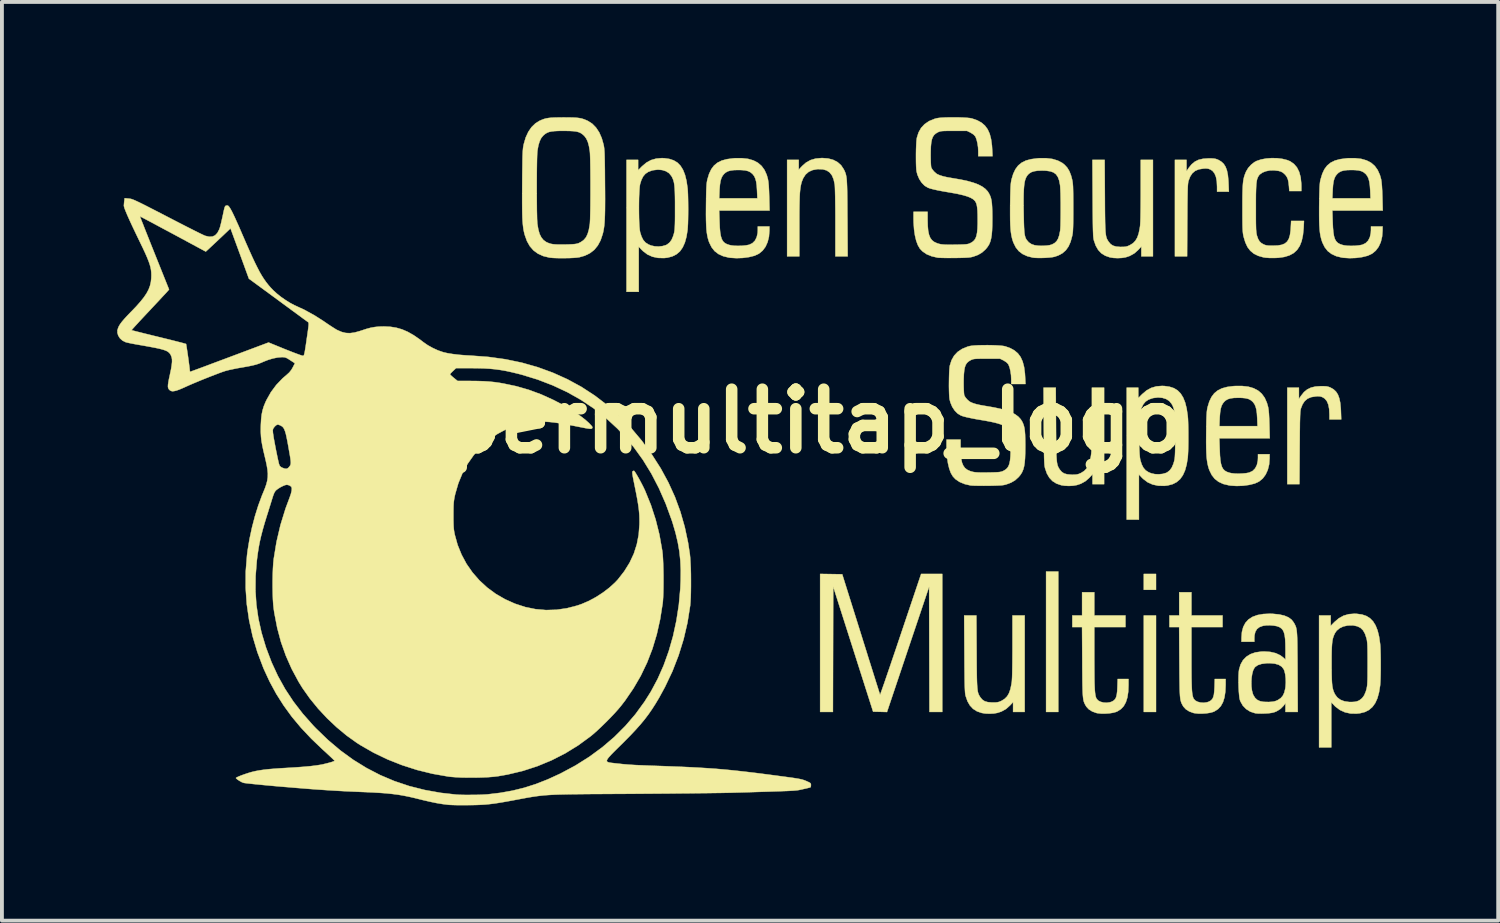
<source format=kicad_pcb>
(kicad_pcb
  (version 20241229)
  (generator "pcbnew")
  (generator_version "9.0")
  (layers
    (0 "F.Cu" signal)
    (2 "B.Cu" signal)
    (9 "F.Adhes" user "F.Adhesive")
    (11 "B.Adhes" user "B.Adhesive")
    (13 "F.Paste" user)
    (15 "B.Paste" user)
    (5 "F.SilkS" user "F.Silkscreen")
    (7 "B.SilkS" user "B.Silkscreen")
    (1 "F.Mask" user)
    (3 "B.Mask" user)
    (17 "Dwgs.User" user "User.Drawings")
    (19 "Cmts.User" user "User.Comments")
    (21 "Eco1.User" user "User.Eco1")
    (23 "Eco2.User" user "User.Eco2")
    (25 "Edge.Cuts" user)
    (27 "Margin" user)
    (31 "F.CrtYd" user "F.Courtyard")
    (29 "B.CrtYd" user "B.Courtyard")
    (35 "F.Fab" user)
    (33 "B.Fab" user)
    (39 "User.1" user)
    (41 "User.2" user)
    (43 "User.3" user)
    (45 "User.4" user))
  (footprint "supermultitap_logo"
    (layer "F.Cu")
    (at 16.864 7.914)
    (property "Reference" "supermultitap_logo" (at 0 0 0) (layer "F.SilkS") (effects (font (size 1.524 1.524) (thickness 0.3))))
    (attr through_hole)
    (fp_poly (pts (xy 7.63 7.566) (xy 7.312 7.566) (xy 7.312 3.91) (xy 7.63 3.91) (xy 7.63 7.566)) (stroke (width 0.01) (type solid)) (fill yes) (layer "F.SilkS"))
    (fp_poly (pts (xy 10.173 4.387) (xy 9.855 4.387) (xy 9.855 3.974) (xy 10.173 3.974) (xy 10.173 4.387)) (stroke (width 0.01) (type solid)) (fill yes) (layer "F.SilkS"))
    (fp_poly (pts (xy 10.173 7.566) (xy 9.855 7.566) (xy 9.855 5.055) (xy 10.173 5.055) (xy 10.173 7.566)) (stroke (width 0.01) (type solid)) (fill yes) (layer "F.SilkS"))
    (fp_poly (pts (xy 2.006 3.982) (xy 2.496 5.543) (xy 2.563 5.758) (xy 2.628 5.964) (xy 2.689 6.161) (xy 2.747 6.344) (xy 2.8 6.513) (xy 2.848 6.666) (xy 2.89 6.8) (xy 2.926 6.913) (xy 2.954 7.003) (xy 2.975 7.069) (xy 2.987 7.108) (xy 2.991 7.119) (xy 2.996 7.106) (xy 3.011 7.066) (xy 3.035 6.999) (xy 3.067 6.907) (xy 3.107 6.794) (xy 3.153 6.659) (xy 3.205 6.507) (xy 3.263 6.338) (xy 3.325 6.154) (xy 3.392 5.958) (xy 3.462 5.75) (xy 3.528 5.554) (xy 4.06 3.974) (xy 4.61 3.974) (xy 4.61 7.566) (xy 4.276 7.566) (xy 4.272 5.936) (xy 4.268 4.306) (xy 3.719 5.936) (xy 3.171 7.567) (xy 2.991 7.562) (xy 2.81 7.558) (xy 2.291 5.931) (xy 1.772 4.305) (xy 1.764 7.566) (xy 1.431 7.566) (xy 1.431 3.973) (xy 2.006 3.982)) (stroke (width 0.01) (type solid)) (fill yes) (layer "F.SilkS"))
    (fp_poly (pts (xy 11.621 -6.841) (xy 11.679 -6.837) (xy 11.725 -6.829) (xy 11.767 -6.815) (xy 11.791 -6.805) (xy 11.87 -6.759) (xy 11.934 -6.7) (xy 11.983 -6.623) (xy 12.019 -6.527) (xy 12.043 -6.407) (xy 12.057 -6.261) (xy 12.06 -6.203) (xy 12.069 -5.976) (xy 11.762 -5.976) (xy 11.762 -6.103) (xy 11.755 -6.246) (xy 11.733 -6.361) (xy 11.696 -6.451) (xy 11.643 -6.517) (xy 11.591 -6.551) (xy 11.547 -6.569) (xy 11.504 -6.578) (xy 11.45 -6.579) (xy 11.404 -6.576) (xy 11.287 -6.557) (xy 11.194 -6.518) (xy 11.119 -6.456) (xy 11.062 -6.369) (xy 11.019 -6.259) (xy 11.013 -6.237) (xy 11.009 -6.209) (xy 11.005 -6.173) (xy 11.001 -6.125) (xy 10.998 -6.063) (xy 10.996 -5.985) (xy 10.994 -5.888) (xy 10.992 -5.77) (xy 10.99 -5.628) (xy 10.989 -5.459) (xy 10.988 -5.261) (xy 10.987 -5.233) (xy 10.982 -4.292) (xy 10.665 -4.292) (xy 10.665 -6.803) (xy 10.967 -6.803) (xy 10.967 -6.509) (xy 11.022 -6.591) (xy 11.099 -6.686) (xy 11.184 -6.757) (xy 11.282 -6.805) (xy 11.399 -6.832) (xy 11.539 -6.842) (xy 11.54 -6.842) (xy 11.621 -6.841)) (stroke (width 0.01) (type solid)) (fill yes) (layer "F.SilkS"))
    (fp_poly (pts (xy 14.545 -0.912) (xy 14.604 -0.909) (xy 14.65 -0.9) (xy 14.692 -0.886) (xy 14.715 -0.876) (xy 14.795 -0.83) (xy 14.858 -0.771) (xy 14.907 -0.695) (xy 14.943 -0.598) (xy 14.968 -0.479) (xy 14.982 -0.332) (xy 14.985 -0.274) (xy 14.993 -0.048) (xy 14.687 -0.048) (xy 14.687 -0.174) (xy 14.68 -0.317) (xy 14.658 -0.433) (xy 14.62 -0.523) (xy 14.567 -0.588) (xy 14.515 -0.622) (xy 14.472 -0.64) (xy 14.429 -0.649) (xy 14.375 -0.65) (xy 14.328 -0.647) (xy 14.212 -0.628) (xy 14.118 -0.589) (xy 14.044 -0.527) (xy 13.986 -0.44) (xy 13.943 -0.33) (xy 13.938 -0.308) (xy 13.933 -0.281) (xy 13.929 -0.244) (xy 13.926 -0.196) (xy 13.923 -0.134) (xy 13.921 -0.056) (xy 13.918 0.041) (xy 13.917 0.159) (xy 13.915 0.301) (xy 13.914 0.47) (xy 13.912 0.668) (xy 13.912 0.695) (xy 13.906 1.637) (xy 13.59 1.637) (xy 13.59 -0.874) (xy 13.892 -0.874) (xy 13.892 -0.581) (xy 13.947 -0.662) (xy 14.023 -0.758) (xy 14.108 -0.828) (xy 14.207 -0.876) (xy 14.324 -0.904) (xy 14.464 -0.913) (xy 14.464 -0.913) (xy 14.545 -0.912)) (stroke (width 0.01) (type solid)) (fill yes) (layer "F.SilkS"))
    (fp_poly (pts (xy 1.639 -6.839) (xy 1.773 -6.803) (xy 1.885 -6.744) (xy 1.977 -6.662) (xy 2.044 -6.561) (xy 2.062 -6.526) (xy 2.077 -6.493) (xy 2.09 -6.459) (xy 2.101 -6.423) (xy 2.11 -6.381) (xy 2.118 -6.331) (xy 2.124 -6.271) (xy 2.128 -6.197) (xy 2.132 -6.108) (xy 2.135 -6) (xy 2.137 -5.871) (xy 2.139 -5.718) (xy 2.14 -5.54) (xy 2.141 -5.333) (xy 2.142 -5.289) (xy 2.148 -4.292) (xy 1.828 -4.292) (xy 1.828 -5.165) (xy 1.828 -5.363) (xy 1.827 -5.545) (xy 1.825 -5.709) (xy 1.823 -5.852) (xy 1.82 -5.972) (xy 1.817 -6.066) (xy 1.814 -6.132) (xy 1.811 -6.162) (xy 1.783 -6.293) (xy 1.74 -6.398) (xy 1.679 -6.476) (xy 1.6 -6.529) (xy 1.502 -6.557) (xy 1.383 -6.562) (xy 1.358 -6.561) (xy 1.235 -6.538) (xy 1.133 -6.492) (xy 1.051 -6.42) (xy 0.989 -6.324) (xy 0.954 -6.236) (xy 0.94 -6.188) (xy 0.929 -6.137) (xy 0.919 -6.082) (xy 0.911 -6.018) (xy 0.904 -5.943) (xy 0.899 -5.855) (xy 0.896 -5.749) (xy 0.893 -5.624) (xy 0.891 -5.476) (xy 0.89 -5.302) (xy 0.89 -5.1) (xy 0.89 -5.083) (xy 0.89 -4.292) (xy 0.572 -4.292) (xy 0.572 -6.803) (xy 0.874 -6.803) (xy 0.874 -6.547) (xy 0.963 -6.643) (xy 1.065 -6.733) (xy 1.18 -6.797) (xy 1.312 -6.836) (xy 1.464 -6.85) (xy 1.486 -6.851) (xy 1.639 -6.839)) (stroke (width 0.01) (type solid)) (fill yes) (layer "F.SilkS"))
    (fp_poly (pts (xy 8.567 5.055) (xy 9.378 5.055) (xy 9.378 5.357) (xy 8.567 5.357) (xy 8.567 6.163) (xy 8.568 6.366) (xy 8.569 6.54) (xy 8.57 6.687) (xy 8.572 6.81) (xy 8.576 6.911) (xy 8.58 6.994) (xy 8.586 7.061) (xy 8.593 7.114) (xy 8.601 7.156) (xy 8.611 7.19) (xy 8.624 7.217) (xy 8.625 7.22) (xy 8.666 7.267) (xy 8.729 7.301) (xy 8.806 7.321) (xy 8.89 7.326) (xy 8.974 7.314) (xy 9.023 7.297) (xy 9.072 7.269) (xy 9.109 7.232) (xy 9.135 7.182) (xy 9.152 7.114) (xy 9.163 7.023) (xy 9.168 6.918) (xy 9.175 6.708) (xy 9.457 6.708) (xy 9.457 6.863) (xy 9.45 7.039) (xy 9.427 7.189) (xy 9.388 7.313) (xy 9.332 7.414) (xy 9.259 7.492) (xy 9.168 7.55) (xy 9.13 7.566) (xy 9.051 7.587) (xy 8.953 7.602) (xy 8.845 7.609) (xy 8.741 7.608) (xy 8.65 7.598) (xy 8.621 7.592) (xy 8.513 7.553) (xy 8.424 7.497) (xy 8.36 7.428) (xy 8.352 7.415) (xy 8.333 7.382) (xy 8.317 7.352) (xy 8.304 7.322) (xy 8.292 7.288) (xy 8.283 7.248) (xy 8.276 7.2) (xy 8.27 7.141) (xy 8.265 7.067) (xy 8.262 6.977) (xy 8.259 6.868) (xy 8.257 6.737) (xy 8.256 6.581) (xy 8.254 6.397) (xy 8.254 6.267) (xy 8.248 5.357) (xy 7.995 5.357) (xy 7.995 5.055) (xy 8.249 5.055) (xy 8.249 4.451) (xy 8.567 4.451) (xy 8.567 5.055)) (stroke (width 0.01) (type solid)) (fill yes) (layer "F.SilkS"))
    (fp_poly (pts (xy 11.095 5.055) (xy 11.905 5.055) (xy 11.905 5.357) (xy 11.095 5.357) (xy 11.095 6.163) (xy 11.095 6.366) (xy 11.096 6.54) (xy 11.097 6.687) (xy 11.1 6.81) (xy 11.103 6.911) (xy 11.107 6.994) (xy 11.113 7.061) (xy 11.12 7.114) (xy 11.129 7.156) (xy 11.139 7.19) (xy 11.151 7.217) (xy 11.152 7.22) (xy 11.193 7.267) (xy 11.256 7.301) (xy 11.333 7.321) (xy 11.418 7.326) (xy 11.501 7.314) (xy 11.551 7.297) (xy 11.599 7.269) (xy 11.636 7.232) (xy 11.662 7.182) (xy 11.68 7.114) (xy 11.69 7.023) (xy 11.696 6.918) (xy 11.702 6.708) (xy 11.985 6.708) (xy 11.985 6.863) (xy 11.977 7.039) (xy 11.954 7.189) (xy 11.915 7.313) (xy 11.859 7.414) (xy 11.786 7.492) (xy 11.695 7.55) (xy 11.657 7.566) (xy 11.579 7.587) (xy 11.48 7.602) (xy 11.373 7.609) (xy 11.268 7.608) (xy 11.178 7.598) (xy 11.148 7.592) (xy 11.04 7.553) (xy 10.951 7.497) (xy 10.887 7.428) (xy 10.879 7.415) (xy 10.86 7.382) (xy 10.844 7.352) (xy 10.831 7.322) (xy 10.82 7.288) (xy 10.81 7.248) (xy 10.803 7.2) (xy 10.797 7.141) (xy 10.793 7.067) (xy 10.789 6.977) (xy 10.787 6.868) (xy 10.785 6.737) (xy 10.783 6.581) (xy 10.782 6.397) (xy 10.781 6.267) (xy 10.775 5.357) (xy 10.522 5.357) (xy 10.522 5.055) (xy 10.777 5.055) (xy 10.777 4.451) (xy 11.095 4.451) (xy 11.095 5.055)) (stroke (width 0.01) (type solid)) (fill yes) (layer "F.SilkS"))
    (fp_poly (pts (xy 5.504 6.004) (xy 5.505 6.212) (xy 5.506 6.39) (xy 5.508 6.542) (xy 5.51 6.67) (xy 5.513 6.776) (xy 5.517 6.864) (xy 5.522 6.935) (xy 5.528 6.992) (xy 5.535 7.038) (xy 5.545 7.075) (xy 5.556 7.106) (xy 5.57 7.134) (xy 5.586 7.161) (xy 5.602 7.186) (xy 5.653 7.246) (xy 5.715 7.287) (xy 5.795 7.31) (xy 5.898 7.319) (xy 5.921 7.319) (xy 5.994 7.318) (xy 6.047 7.313) (xy 6.092 7.302) (xy 6.139 7.282) (xy 6.159 7.272) (xy 6.236 7.223) (xy 6.298 7.16) (xy 6.346 7.078) (xy 6.383 6.974) (xy 6.41 6.845) (xy 6.421 6.772) (xy 6.424 6.726) (xy 6.428 6.651) (xy 6.431 6.551) (xy 6.433 6.429) (xy 6.435 6.289) (xy 6.436 6.132) (xy 6.437 5.963) (xy 6.437 5.846) (xy 6.437 5.055) (xy 6.755 5.055) (xy 6.755 7.566) (xy 6.453 7.566) (xy 6.453 7.309) (xy 6.375 7.394) (xy 6.271 7.487) (xy 6.151 7.554) (xy 6.047 7.589) (xy 5.952 7.606) (xy 5.842 7.611) (xy 5.731 7.607) (xy 5.635 7.591) (xy 5.635 7.591) (xy 5.513 7.549) (xy 5.412 7.485) (xy 5.331 7.399) (xy 5.267 7.289) (xy 5.219 7.151) (xy 5.218 7.149) (xy 5.213 7.125) (xy 5.208 7.097) (xy 5.204 7.061) (xy 5.201 7.015) (xy 5.198 6.957) (xy 5.195 6.884) (xy 5.193 6.793) (xy 5.191 6.683) (xy 5.19 6.55) (xy 5.188 6.393) (xy 5.187 6.208) (xy 5.186 6.052) (xy 5.18 5.055) (xy 5.498 5.055) (xy 5.504 6.004)) (stroke (width 0.01) (type solid)) (fill yes) (layer "F.SilkS"))
    (fp_poly (pts (xy 7.57 0.075) (xy 7.571 0.283) (xy 7.573 0.462) (xy 7.574 0.614) (xy 7.577 0.741) (xy 7.579 0.848) (xy 7.583 0.935) (xy 7.588 1.006) (xy 7.594 1.063) (xy 7.602 1.109) (xy 7.611 1.146) (xy 7.623 1.178) (xy 7.636 1.205) (xy 7.652 1.232) (xy 7.668 1.257) (xy 7.719 1.317) (xy 7.781 1.358) (xy 7.861 1.381) (xy 7.964 1.39) (xy 7.987 1.391) (xy 8.061 1.39) (xy 8.114 1.384) (xy 8.158 1.373) (xy 8.205 1.353) (xy 8.226 1.343) (xy 8.303 1.294) (xy 8.364 1.231) (xy 8.412 1.149) (xy 8.449 1.046) (xy 8.477 0.916) (xy 8.487 0.843) (xy 8.491 0.797) (xy 8.494 0.722) (xy 8.497 0.623) (xy 8.499 0.501) (xy 8.501 0.36) (xy 8.503 0.203) (xy 8.504 0.034) (xy 8.504 -0.083) (xy 8.504 -0.874) (xy 8.822 -0.874) (xy 8.822 1.637) (xy 8.52 1.637) (xy 8.52 1.38) (xy 8.442 1.466) (xy 8.338 1.558) (xy 8.218 1.625) (xy 8.114 1.66) (xy 8.019 1.677) (xy 7.908 1.683) (xy 7.798 1.678) (xy 7.701 1.663) (xy 7.701 1.662) (xy 7.579 1.62) (xy 7.478 1.556) (xy 7.397 1.47) (xy 7.333 1.36) (xy 7.285 1.223) (xy 7.285 1.22) (xy 7.279 1.196) (xy 7.274 1.168) (xy 7.27 1.132) (xy 7.267 1.086) (xy 7.264 1.028) (xy 7.261 0.955) (xy 7.259 0.865) (xy 7.258 0.754) (xy 7.256 0.622) (xy 7.255 0.464) (xy 7.253 0.279) (xy 7.252 0.123) (xy 7.246 -0.874) (xy 7.564 -0.874) (xy 7.57 0.075)) (stroke (width 0.01) (type solid)) (fill yes) (layer "F.SilkS"))
    (fp_poly (pts (xy 8.842 -5.853) (xy 8.843 -5.646) (xy 8.844 -5.467) (xy 8.846 -5.315) (xy 8.848 -5.187) (xy 8.851 -5.081) (xy 8.855 -4.994) (xy 8.859 -4.923) (xy 8.866 -4.866) (xy 8.873 -4.82) (xy 8.883 -4.782) (xy 8.894 -4.751) (xy 8.908 -4.723) (xy 8.924 -4.697) (xy 8.94 -4.672) (xy 8.991 -4.612) (xy 9.053 -4.571) (xy 9.133 -4.547) (xy 9.236 -4.538) (xy 9.259 -4.538) (xy 9.332 -4.539) (xy 9.385 -4.544) (xy 9.43 -4.556) (xy 9.477 -4.576) (xy 9.497 -4.586) (xy 9.574 -4.634) (xy 9.636 -4.698) (xy 9.684 -4.779) (xy 9.721 -4.883) (xy 9.748 -5.013) (xy 9.759 -5.086) (xy 9.762 -5.132) (xy 9.766 -5.206) (xy 9.769 -5.306) (xy 9.771 -5.428) (xy 9.773 -5.569) (xy 9.774 -5.726) (xy 9.775 -5.895) (xy 9.775 -6.012) (xy 9.775 -6.803) (xy 10.093 -6.803) (xy 10.093 -4.292) (xy 9.791 -4.292) (xy 9.791 -4.548) (xy 9.713 -4.463) (xy 9.609 -4.37) (xy 9.489 -4.303) (xy 9.385 -4.268) (xy 9.29 -4.252) (xy 9.18 -4.246) (xy 9.069 -4.251) (xy 8.973 -4.266) (xy 8.973 -4.266) (xy 8.851 -4.309) (xy 8.75 -4.372) (xy 8.669 -4.458) (xy 8.605 -4.569) (xy 8.557 -4.706) (xy 8.556 -4.709) (xy 8.551 -4.732) (xy 8.546 -4.761) (xy 8.542 -4.797) (xy 8.538 -4.843) (xy 8.536 -4.901) (xy 8.533 -4.974) (xy 8.531 -5.064) (xy 8.529 -5.174) (xy 8.528 -5.307) (xy 8.526 -5.465) (xy 8.525 -5.65) (xy 8.524 -5.806) (xy 8.518 -6.803) (xy 8.836 -6.803) (xy 8.842 -5.853)) (stroke (width 0.01) (type solid)) (fill yes) (layer "F.SilkS"))
    (fp_poly (pts (xy -2.623 -6.846) (xy -2.491 -6.827) (xy -2.378 -6.789) (xy -2.282 -6.731) (xy -2.203 -6.65) (xy -2.138 -6.545) (xy -2.086 -6.414) (xy -2.047 -6.257) (xy -2.02 -6.071) (xy -2.019 -6.064) (xy -2.013 -5.993) (xy -2.009 -5.897) (xy -2.006 -5.782) (xy -2.004 -5.655) (xy -2.003 -5.521) (xy -2.004 -5.388) (xy -2.006 -5.261) (xy -2.009 -5.147) (xy -2.014 -5.052) (xy -2.019 -4.983) (xy -2.048 -4.802) (xy -2.09 -4.649) (xy -2.147 -4.523) (xy -2.219 -4.421) (xy -2.309 -4.345) (xy -2.416 -4.291) (xy -2.542 -4.258) (xy -2.631 -4.248) (xy -2.789 -4.252) (xy -2.934 -4.283) (xy -3.065 -4.342) (xy -3.179 -4.429) (xy -3.209 -4.458) (xy -3.29 -4.544) (xy -3.29 -3.37) (xy -3.608 -3.37) (xy -3.608 -5.552) (xy -3.285 -5.552) (xy -3.284 -5.417) (xy -3.282 -5.288) (xy -3.278 -5.168) (xy -3.272 -5.065) (xy -3.264 -4.982) (xy -3.255 -4.926) (xy -3.255 -4.923) (xy -3.218 -4.808) (xy -3.173 -4.719) (xy -3.115 -4.652) (xy -3.04 -4.603) (xy -2.969 -4.574) (xy -2.874 -4.553) (xy -2.772 -4.548) (xy -2.672 -4.559) (xy -2.585 -4.584) (xy -2.554 -4.599) (xy -2.488 -4.651) (xy -2.435 -4.722) (xy -2.394 -4.818) (xy -2.373 -4.888) (xy -2.365 -4.922) (xy -2.359 -4.96) (xy -2.354 -5.004) (xy -2.351 -5.06) (xy -2.348 -5.13) (xy -2.346 -5.219) (xy -2.345 -5.33) (xy -2.345 -5.467) (xy -2.345 -5.547) (xy -2.345 -5.716) (xy -2.347 -5.856) (xy -2.35 -5.972) (xy -2.355 -6.067) (xy -2.362 -6.144) (xy -2.372 -6.208) (xy -2.385 -6.261) (xy -2.402 -6.308) (xy -2.422 -6.352) (xy -2.441 -6.385) (xy -2.5 -6.456) (xy -2.581 -6.508) (xy -2.68 -6.539) (xy -2.79 -6.549) (xy -2.909 -6.535) (xy -2.947 -6.526) (xy -3.042 -6.491) (xy -3.116 -6.441) (xy -3.175 -6.372) (xy -3.221 -6.28) (xy -3.255 -6.172) (xy -3.264 -6.117) (xy -3.271 -6.036) (xy -3.277 -5.933) (xy -3.282 -5.815) (xy -3.284 -5.686) (xy -3.285 -5.552) (xy -3.608 -5.552) (xy -3.608 -6.803) (xy -3.306 -6.803) (xy -3.306 -6.533) (xy -3.207 -6.633) (xy -3.093 -6.73) (xy -2.971 -6.797) (xy -2.836 -6.836) (xy -2.687 -6.849) (xy -2.623 -6.846)) (stroke (width 0.01) (type solid)) (fill yes) (layer "F.SilkS"))
    (fp_poly (pts (xy 10.395 -0.917) (xy 10.527 -0.898) (xy 10.64 -0.861) (xy 10.736 -0.802) (xy 10.815 -0.721) (xy 10.88 -0.616) (xy 10.932 -0.485) (xy 10.971 -0.328) (xy 10.998 -0.142) (xy 10.999 -0.135) (xy 11.005 -0.064) (xy 11.009 0.032) (xy 11.012 0.147) (xy 11.014 0.274) (xy 11.014 0.408) (xy 11.014 0.541) (xy 11.012 0.668) (xy 11.009 0.782) (xy 11.004 0.877) (xy 10.999 0.946) (xy 10.97 1.127) (xy 10.928 1.28) (xy 10.871 1.406) (xy 10.799 1.507) (xy 10.709 1.584) (xy 10.602 1.638) (xy 10.476 1.671) (xy 10.387 1.681) (xy 10.229 1.677) (xy 10.084 1.646) (xy 9.953 1.587) (xy 9.839 1.5) (xy 9.809 1.471) (xy 9.728 1.385) (xy 9.728 2.559) (xy 9.41 2.559) (xy 9.41 0.377) (xy 9.733 0.377) (xy 9.734 0.512) (xy 9.736 0.641) (xy 9.74 0.76) (xy 9.746 0.864) (xy 9.754 0.946) (xy 9.763 1.003) (xy 9.763 1.006) (xy 9.8 1.121) (xy 9.845 1.21) (xy 9.903 1.277) (xy 9.978 1.326) (xy 10.049 1.355) (xy 10.144 1.376) (xy 10.246 1.38) (xy 10.346 1.37) (xy 10.433 1.345) (xy 10.464 1.33) (xy 10.53 1.278) (xy 10.583 1.206) (xy 10.624 1.111) (xy 10.645 1.041) (xy 10.653 1.007) (xy 10.659 0.969) (xy 10.664 0.924) (xy 10.667 0.869) (xy 10.67 0.799) (xy 10.672 0.71) (xy 10.673 0.599) (xy 10.673 0.462) (xy 10.673 0.381) (xy 10.673 0.213) (xy 10.671 0.072) (xy 10.668 -0.043) (xy 10.663 -0.138) (xy 10.656 -0.216) (xy 10.646 -0.279) (xy 10.633 -0.333) (xy 10.616 -0.379) (xy 10.596 -0.423) (xy 10.577 -0.456) (xy 10.518 -0.527) (xy 10.437 -0.579) (xy 10.338 -0.61) (xy 10.227 -0.62) (xy 10.109 -0.606) (xy 10.071 -0.597) (xy 9.976 -0.562) (xy 9.901 -0.512) (xy 9.843 -0.443) (xy 9.797 -0.351) (xy 9.763 -0.243) (xy 9.754 -0.188) (xy 9.746 -0.107) (xy 9.741 -0.005) (xy 9.736 0.114) (xy 9.734 0.243) (xy 9.733 0.377) (xy 9.41 0.377) (xy 9.41 -0.874) (xy 9.712 -0.874) (xy 9.712 -0.604) (xy 9.811 -0.704) (xy 9.925 -0.801) (xy 10.047 -0.868) (xy 10.182 -0.908) (xy 10.331 -0.92) (xy 10.395 -0.917)) (stroke (width 0.01) (type solid)) (fill yes) (layer "F.SilkS"))
    (fp_poly (pts (xy -0.444 -6.829) (xy -0.306 -6.789) (xy -0.189 -6.728) (xy -0.093 -6.645) (xy -0.016 -6.539) (xy 0.042 -6.41) (xy 0.072 -6.301) (xy 0.084 -6.229) (xy 0.094 -6.125) (xy 0.101 -5.99) (xy 0.106 -5.837) (xy 0.115 -5.484) (xy -1.197 -5.484) (xy -1.187 -5.194) (xy -1.181 -5.041) (xy -1.17 -4.918) (xy -1.153 -4.819) (xy -1.129 -4.742) (xy -1.096 -4.684) (xy -1.052 -4.641) (xy -0.996 -4.61) (xy -0.926 -4.587) (xy -0.878 -4.577) (xy -0.796 -4.567) (xy -0.698 -4.565) (xy -0.595 -4.568) (xy -0.499 -4.578) (xy -0.421 -4.593) (xy -0.414 -4.595) (xy -0.33 -4.636) (xy -0.265 -4.701) (xy -0.22 -4.79) (xy -0.195 -4.899) (xy -0.191 -4.978) (xy -0.191 -5.07) (xy 0.111 -5.07) (xy 0.111 -4.963) (xy 0.099 -4.805) (xy 0.064 -4.664) (xy 0.009 -4.541) (xy -0.067 -4.44) (xy -0.162 -4.362) (xy -0.275 -4.309) (xy -0.275 -4.309) (xy -0.42 -4.273) (xy -0.581 -4.251) (xy -0.746 -4.245) (xy -0.904 -4.255) (xy -0.948 -4.261) (xy -1.094 -4.297) (xy -1.216 -4.353) (xy -1.315 -4.429) (xy -1.394 -4.529) (xy -1.455 -4.653) (xy -1.469 -4.691) (xy -1.489 -4.758) (xy -1.505 -4.83) (xy -1.518 -4.909) (xy -1.528 -5.001) (xy -1.534 -5.107) (xy -1.538 -5.232) (xy -1.54 -5.38) (xy -1.539 -5.555) (xy -1.538 -5.653) (xy -1.536 -5.802) (xy -1.196 -5.802) (xy -0.202 -5.802) (xy -0.211 -6.004) (xy -0.219 -6.133) (xy -0.233 -6.234) (xy -0.255 -6.315) (xy -0.284 -6.379) (xy -0.324 -6.431) (xy -0.332 -6.439) (xy -0.383 -6.481) (xy -0.442 -6.51) (xy -0.515 -6.529) (xy -0.61 -6.538) (xy -0.699 -6.54) (xy -0.813 -6.537) (xy -0.902 -6.525) (xy -0.972 -6.505) (xy -1.028 -6.473) (xy -1.067 -6.439) (xy -1.108 -6.389) (xy -1.139 -6.328) (xy -1.162 -6.251) (xy -1.177 -6.153) (xy -1.187 -6.03) (xy -1.188 -6.004) (xy -1.196 -5.802) (xy -1.536 -5.802) (xy -1.536 -5.804) (xy -1.534 -5.927) (xy -1.531 -6.026) (xy -1.527 -6.105) (xy -1.523 -6.168) (xy -1.517 -6.219) (xy -1.51 -6.261) (xy -1.503 -6.294) (xy -1.459 -6.44) (xy -1.402 -6.56) (xy -1.33 -6.656) (xy -1.24 -6.73) (xy -1.129 -6.785) (xy -0.996 -6.821) (xy -0.837 -6.842) (xy -0.792 -6.846) (xy -0.606 -6.847) (xy -0.444 -6.829)) (stroke (width 0.01) (type solid)) (fill yes) (layer "F.SilkS"))
    (fp_poly (pts (xy 12.574 -0.9) (xy 12.712 -0.86) (xy 12.829 -0.799) (xy 12.925 -0.716) (xy 13.002 -0.61) (xy 13.059 -0.481) (xy 13.09 -0.372) (xy 13.102 -0.3) (xy 13.112 -0.197) (xy 13.119 -0.061) (xy 13.124 0.091) (xy 13.133 0.445) (xy 11.821 0.445) (xy 11.831 0.735) (xy 11.837 0.887) (xy 11.848 1.011) (xy 11.865 1.11) (xy 11.889 1.187) (xy 11.922 1.245) (xy 11.966 1.288) (xy 12.022 1.319) (xy 12.092 1.342) (xy 12.14 1.352) (xy 12.221 1.361) (xy 12.32 1.364) (xy 12.423 1.36) (xy 12.519 1.351) (xy 12.597 1.336) (xy 12.604 1.333) (xy 12.688 1.293) (xy 12.753 1.227) (xy 12.798 1.139) (xy 12.823 1.029) (xy 12.827 0.951) (xy 12.827 0.858) (xy 13.129 0.858) (xy 13.129 0.966) (xy 13.117 1.124) (xy 13.082 1.265) (xy 13.026 1.387) (xy 12.951 1.489) (xy 12.856 1.567) (xy 12.743 1.62) (xy 12.743 1.62) (xy 12.598 1.656) (xy 12.437 1.678) (xy 12.271 1.684) (xy 12.114 1.674) (xy 12.07 1.667) (xy 11.924 1.632) (xy 11.802 1.576) (xy 11.703 1.5) (xy 11.624 1.4) (xy 11.563 1.276) (xy 11.549 1.238) (xy 11.529 1.17) (xy 11.513 1.099) (xy 11.5 1.019) (xy 11.49 0.928) (xy 11.484 0.822) (xy 11.48 0.696) (xy 11.478 0.548) (xy 11.479 0.374) (xy 11.48 0.276) (xy 11.482 0.127) (xy 11.822 0.127) (xy 12.815 0.127) (xy 12.807 -0.076) (xy 12.799 -0.204) (xy 12.785 -0.306) (xy 12.763 -0.386) (xy 12.734 -0.45) (xy 12.694 -0.502) (xy 12.686 -0.511) (xy 12.635 -0.552) (xy 12.576 -0.582) (xy 12.502 -0.6) (xy 12.408 -0.609) (xy 12.319 -0.611) (xy 12.205 -0.608) (xy 12.116 -0.597) (xy 12.046 -0.576) (xy 11.989 -0.544) (xy 11.951 -0.511) (xy 11.91 -0.46) (xy 11.878 -0.399) (xy 11.856 -0.322) (xy 11.841 -0.224) (xy 11.831 -0.101) (xy 11.83 -0.076) (xy 11.822 0.127) (xy 11.482 0.127) (xy 11.482 0.125) (xy 11.484 0.002) (xy 11.487 -0.097) (xy 11.491 -0.176) (xy 11.495 -0.239) (xy 11.501 -0.29) (xy 11.508 -0.333) (xy 11.515 -0.366) (xy 11.559 -0.511) (xy 11.616 -0.631) (xy 11.688 -0.727) (xy 11.778 -0.801) (xy 11.888 -0.856) (xy 12.022 -0.893) (xy 12.181 -0.914) (xy 12.226 -0.917) (xy 12.412 -0.918) (xy 12.574 -0.9)) (stroke (width 0.01) (type solid)) (fill yes) (layer "F.SilkS"))
    (fp_poly (pts (xy 15.402 5.012) (xy 15.534 5.03) (xy 15.647 5.068) (xy 15.742 5.127) (xy 15.822 5.208) (xy 15.887 5.313) (xy 15.939 5.443) (xy 15.978 5.601) (xy 16.005 5.787) (xy 16.006 5.794) (xy 16.012 5.865) (xy 16.016 5.961) (xy 16.019 6.075) (xy 16.021 6.203) (xy 16.021 6.336) (xy 16.021 6.47) (xy 16.019 6.597) (xy 16.016 6.711) (xy 16.011 6.806) (xy 16.006 6.875) (xy 15.977 7.056) (xy 15.935 7.209) (xy 15.878 7.335) (xy 15.805 7.436) (xy 15.716 7.513) (xy 15.609 7.567) (xy 15.483 7.599) (xy 15.394 7.609) (xy 15.236 7.606) (xy 15.09 7.574) (xy 14.96 7.515) (xy 14.845 7.429) (xy 14.816 7.4) (xy 14.735 7.314) (xy 14.735 8.488) (xy 14.417 8.488) (xy 14.417 6.31) (xy 14.743 6.31) (xy 14.743 6.473) (xy 14.745 6.607) (xy 14.748 6.718) (xy 14.753 6.808) (xy 14.76 6.882) (xy 14.771 6.943) (xy 14.784 6.996) (xy 14.801 7.044) (xy 14.823 7.09) (xy 14.83 7.105) (xy 14.889 7.186) (xy 14.971 7.248) (xy 15.074 7.288) (xy 15.197 7.306) (xy 15.268 7.307) (xy 15.342 7.302) (xy 15.395 7.292) (xy 15.441 7.275) (xy 15.471 7.259) (xy 15.537 7.207) (xy 15.59 7.135) (xy 15.631 7.04) (xy 15.652 6.97) (xy 15.659 6.935) (xy 15.666 6.898) (xy 15.671 6.853) (xy 15.674 6.798) (xy 15.677 6.727) (xy 15.679 6.639) (xy 15.679 6.528) (xy 15.68 6.39) (xy 15.68 6.31) (xy 15.68 6.159) (xy 15.679 6.035) (xy 15.678 5.935) (xy 15.676 5.856) (xy 15.673 5.794) (xy 15.668 5.744) (xy 15.663 5.703) (xy 15.656 5.668) (xy 15.652 5.651) (xy 15.613 5.533) (xy 15.562 5.442) (xy 15.496 5.377) (xy 15.413 5.336) (xy 15.311 5.314) (xy 15.289 5.312) (xy 15.163 5.315) (xy 15.049 5.34) (xy 14.952 5.386) (xy 14.874 5.451) (xy 14.829 5.517) (xy 14.807 5.564) (xy 14.789 5.611) (xy 14.774 5.662) (xy 14.763 5.72) (xy 14.755 5.79) (xy 14.749 5.875) (xy 14.745 5.98) (xy 14.743 6.107) (xy 14.743 6.261) (xy 14.743 6.31) (xy 14.417 6.31) (xy 14.417 5.055) (xy 14.719 5.055) (xy 14.719 5.325) (xy 14.818 5.224) (xy 14.932 5.128) (xy 15.054 5.06) (xy 15.189 5.021) (xy 15.338 5.009) (xy 15.402 5.012)) (stroke (width 0.01) (type solid)) (fill yes) (layer "F.SilkS"))
    (fp_poly (pts (xy 15.514 -6.829) (xy 15.653 -6.789) (xy 15.77 -6.728) (xy 15.866 -6.645) (xy 15.942 -6.539) (xy 16 -6.41) (xy 16.031 -6.301) (xy 16.042 -6.229) (xy 16.052 -6.125) (xy 16.06 -5.99) (xy 16.065 -5.837) (xy 16.074 -5.484) (xy 14.762 -5.484) (xy 14.771 -5.194) (xy 14.778 -5.041) (xy 14.789 -4.918) (xy 14.805 -4.819) (xy 14.829 -4.742) (xy 14.863 -4.684) (xy 14.906 -4.641) (xy 14.962 -4.61) (xy 15.032 -4.587) (xy 15.08 -4.577) (xy 15.162 -4.567) (xy 15.26 -4.565) (xy 15.363 -4.568) (xy 15.459 -4.578) (xy 15.537 -4.593) (xy 15.545 -4.595) (xy 15.629 -4.636) (xy 15.694 -4.701) (xy 15.739 -4.79) (xy 15.763 -4.899) (xy 15.768 -4.978) (xy 15.768 -5.07) (xy 16.07 -5.07) (xy 16.069 -4.963) (xy 16.057 -4.805) (xy 16.023 -4.664) (xy 15.967 -4.541) (xy 15.891 -4.44) (xy 15.796 -4.362) (xy 15.684 -4.309) (xy 15.684 -4.309) (xy 15.539 -4.273) (xy 15.378 -4.251) (xy 15.212 -4.245) (xy 15.054 -4.255) (xy 15.01 -4.261) (xy 14.864 -4.297) (xy 14.743 -4.353) (xy 14.643 -4.429) (xy 14.564 -4.529) (xy 14.503 -4.653) (xy 14.49 -4.691) (xy 14.47 -4.758) (xy 14.453 -4.83) (xy 14.44 -4.909) (xy 14.431 -5.001) (xy 14.424 -5.107) (xy 14.42 -5.232) (xy 14.419 -5.38) (xy 14.419 -5.555) (xy 14.42 -5.653) (xy 14.422 -5.802) (xy 14.762 -5.802) (xy 15.756 -5.802) (xy 15.748 -6.004) (xy 15.739 -6.133) (xy 15.725 -6.234) (xy 15.704 -6.315) (xy 15.674 -6.379) (xy 15.635 -6.431) (xy 15.626 -6.439) (xy 15.576 -6.481) (xy 15.517 -6.51) (xy 15.443 -6.529) (xy 15.349 -6.538) (xy 15.259 -6.54) (xy 15.145 -6.537) (xy 15.056 -6.525) (xy 14.987 -6.505) (xy 14.93 -6.473) (xy 14.892 -6.439) (xy 14.85 -6.389) (xy 14.819 -6.328) (xy 14.796 -6.251) (xy 14.781 -6.153) (xy 14.772 -6.03) (xy 14.771 -6.004) (xy 14.762 -5.802) (xy 14.422 -5.802) (xy 14.422 -5.804) (xy 14.425 -5.927) (xy 14.428 -6.026) (xy 14.431 -6.105) (xy 14.436 -6.168) (xy 14.441 -6.219) (xy 14.448 -6.261) (xy 14.456 -6.294) (xy 14.5 -6.44) (xy 14.556 -6.56) (xy 14.628 -6.656) (xy 14.718 -6.73) (xy 14.829 -6.785) (xy 14.963 -6.821) (xy 15.122 -6.842) (xy 15.167 -6.846) (xy 15.352 -6.847) (xy 15.514 -6.829)) (stroke (width 0.01) (type solid)) (fill yes) (layer "F.SilkS"))
    (fp_poly (pts (xy 13.328 -6.846) (xy 13.466 -6.828) (xy 13.589 -6.797) (xy 13.664 -6.766) (xy 13.762 -6.698) (xy 13.841 -6.606) (xy 13.899 -6.49) (xy 13.937 -6.35) (xy 13.954 -6.185) (xy 13.956 -6.118) (xy 13.956 -5.992) (xy 13.642 -5.992) (xy 13.633 -6.116) (xy 13.622 -6.216) (xy 13.606 -6.293) (xy 13.581 -6.353) (xy 13.546 -6.405) (xy 13.521 -6.431) (xy 13.471 -6.474) (xy 13.421 -6.5) (xy 13.36 -6.517) (xy 13.245 -6.531) (xy 13.132 -6.528) (xy 13.029 -6.507) (xy 12.941 -6.472) (xy 12.873 -6.423) (xy 12.848 -6.393) (xy 12.83 -6.362) (xy 12.815 -6.33) (xy 12.802 -6.291) (xy 12.793 -6.244) (xy 12.785 -6.185) (xy 12.78 -6.111) (xy 12.776 -6.018) (xy 12.773 -5.904) (xy 12.772 -5.765) (xy 12.772 -5.599) (xy 12.772 -5.547) (xy 12.772 -5.388) (xy 12.772 -5.256) (xy 12.773 -5.15) (xy 12.775 -5.064) (xy 12.777 -4.997) (xy 12.781 -4.945) (xy 12.785 -4.903) (xy 12.791 -4.869) (xy 12.798 -4.839) (xy 12.799 -4.834) (xy 12.829 -4.748) (xy 12.865 -4.685) (xy 12.912 -4.639) (xy 12.966 -4.607) (xy 13.005 -4.59) (xy 13.044 -4.579) (xy 13.091 -4.573) (xy 13.156 -4.57) (xy 13.217 -4.57) (xy 13.345 -4.575) (xy 13.447 -4.593) (xy 13.527 -4.626) (xy 13.587 -4.678) (xy 13.63 -4.75) (xy 13.659 -4.846) (xy 13.676 -4.969) (xy 13.681 -5.043) (xy 13.69 -5.214) (xy 14.024 -5.214) (xy 14.015 -5.027) (xy 13.997 -4.846) (xy 13.964 -4.692) (xy 13.914 -4.564) (xy 13.845 -4.46) (xy 13.756 -4.378) (xy 13.646 -4.318) (xy 13.513 -4.277) (xy 13.357 -4.255) (xy 13.272 -4.251) (xy 13.137 -4.25) (xy 13.026 -4.258) (xy 12.968 -4.267) (xy 12.832 -4.306) (xy 12.72 -4.361) (xy 12.628 -4.437) (xy 12.554 -4.534) (xy 12.497 -4.657) (xy 12.452 -4.806) (xy 12.452 -4.808) (xy 12.444 -4.844) (xy 12.438 -4.882) (xy 12.433 -4.925) (xy 12.429 -4.976) (xy 12.426 -5.041) (xy 12.424 -5.121) (xy 12.423 -5.222) (xy 12.422 -5.345) (xy 12.422 -5.496) (xy 12.422 -5.547) (xy 12.422 -5.724) (xy 12.423 -5.872) (xy 12.426 -5.996) (xy 12.43 -6.099) (xy 12.436 -6.185) (xy 12.444 -6.256) (xy 12.455 -6.318) (xy 12.469 -6.373) (xy 12.487 -6.425) (xy 12.508 -6.478) (xy 12.519 -6.503) (xy 12.573 -6.593) (xy 12.648 -6.676) (xy 12.734 -6.744) (xy 12.788 -6.773) (xy 12.905 -6.813) (xy 13.039 -6.838) (xy 13.183 -6.849) (xy 13.328 -6.846)) (stroke (width 0.01) (type solid)) (fill yes) (layer "F.SilkS"))
    (fp_poly (pts (xy 7.475 -6.827) (xy 7.616 -6.785) (xy 7.734 -6.723) (xy 7.794 -6.675) (xy 7.863 -6.6) (xy 7.918 -6.509) (xy 7.961 -6.398) (xy 7.991 -6.285) (xy 7.998 -6.248) (xy 8.004 -6.207) (xy 8.009 -6.16) (xy 8.013 -6.102) (xy 8.015 -6.03) (xy 8.017 -5.94) (xy 8.018 -5.829) (xy 8.019 -5.692) (xy 8.019 -5.555) (xy 8.019 -5.395) (xy 8.018 -5.263) (xy 8.017 -5.155) (xy 8.015 -5.068) (xy 8.012 -4.998) (xy 8.009 -4.942) (xy 8.004 -4.895) (xy 7.997 -4.854) (xy 7.99 -4.819) (xy 7.949 -4.67) (xy 7.895 -4.548) (xy 7.825 -4.45) (xy 7.737 -4.373) (xy 7.629 -4.315) (xy 7.529 -4.281) (xy 7.471 -4.27) (xy 7.39 -4.261) (xy 7.295 -4.254) (xy 7.196 -4.251) (xy 7.101 -4.251) (xy 7.019 -4.254) (xy 6.967 -4.26) (xy 6.821 -4.297) (xy 6.7 -4.353) (xy 6.602 -4.428) (xy 6.524 -4.525) (xy 6.463 -4.647) (xy 6.447 -4.691) (xy 6.427 -4.758) (xy 6.411 -4.83) (xy 6.398 -4.909) (xy 6.388 -5.001) (xy 6.381 -5.107) (xy 6.377 -5.232) (xy 6.376 -5.38) (xy 6.376 -5.555) (xy 6.377 -5.653) (xy 6.379 -5.781) (xy 6.726 -5.781) (xy 6.726 -5.613) (xy 6.728 -5.457) (xy 6.731 -5.295) (xy 6.734 -5.161) (xy 6.738 -5.052) (xy 6.743 -4.965) (xy 6.749 -4.896) (xy 6.758 -4.842) (xy 6.769 -4.799) (xy 6.782 -4.763) (xy 6.799 -4.733) (xy 6.808 -4.719) (xy 6.862 -4.656) (xy 6.929 -4.611) (xy 7.012 -4.582) (xy 7.117 -4.568) (xy 7.24 -4.567) (xy 7.335 -4.573) (xy 7.405 -4.583) (xy 7.461 -4.6) (xy 7.471 -4.604) (xy 7.537 -4.641) (xy 7.587 -4.689) (xy 7.625 -4.753) (xy 7.654 -4.838) (xy 7.676 -4.948) (xy 7.679 -4.967) (xy 7.683 -5.016) (xy 7.687 -5.092) (xy 7.689 -5.189) (xy 7.691 -5.302) (xy 7.692 -5.426) (xy 7.692 -5.555) (xy 7.692 -5.684) (xy 7.69 -5.808) (xy 7.688 -5.922) (xy 7.684 -6.02) (xy 7.68 -6.097) (xy 7.676 -6.146) (xy 7.653 -6.265) (xy 7.619 -6.357) (xy 7.571 -6.427) (xy 7.506 -6.476) (xy 7.419 -6.506) (xy 7.308 -6.522) (xy 7.208 -6.525) (xy 7.091 -6.521) (xy 6.999 -6.507) (xy 6.927 -6.483) (xy 6.87 -6.446) (xy 6.836 -6.413) (xy 6.809 -6.376) (xy 6.786 -6.333) (xy 6.767 -6.281) (xy 6.752 -6.217) (xy 6.741 -6.138) (xy 6.733 -6.041) (xy 6.728 -5.923) (xy 6.726 -5.781) (xy 6.379 -5.781) (xy 6.379 -5.804) (xy 6.382 -5.927) (xy 6.385 -6.026) (xy 6.388 -6.105) (xy 6.393 -6.168) (xy 6.399 -6.219) (xy 6.406 -6.261) (xy 6.413 -6.294) (xy 6.457 -6.44) (xy 6.514 -6.56) (xy 6.586 -6.656) (xy 6.676 -6.73) (xy 6.786 -6.785) (xy 6.92 -6.821) (xy 7.079 -6.842) (xy 7.124 -6.846) (xy 7.311 -6.847) (xy 7.475 -6.827)) (stroke (width 0.01) (type solid)) (fill yes) (layer "F.SilkS"))
    (fp_poly (pts (xy 13.217 5.012) (xy 13.379 5.028) (xy 13.514 5.059) (xy 13.622 5.105) (xy 13.704 5.167) (xy 13.755 5.234) (xy 13.774 5.266) (xy 13.789 5.295) (xy 13.803 5.324) (xy 13.815 5.355) (xy 13.824 5.391) (xy 13.832 5.434) (xy 13.838 5.487) (xy 13.843 5.552) (xy 13.847 5.631) (xy 13.85 5.728) (xy 13.852 5.845) (xy 13.853 5.984) (xy 13.855 6.147) (xy 13.856 6.338) (xy 13.857 6.521) (xy 13.862 7.566) (xy 13.542 7.566) (xy 13.542 7.337) (xy 13.495 7.402) (xy 13.415 7.484) (xy 13.31 7.549) (xy 13.247 7.574) (xy 13.189 7.588) (xy 13.109 7.599) (xy 13.016 7.605) (xy 12.922 7.608) (xy 12.834 7.607) (xy 12.763 7.6) (xy 12.748 7.597) (xy 12.625 7.557) (xy 12.519 7.49) (xy 12.433 7.402) (xy 12.371 7.293) (xy 12.358 7.258) (xy 12.346 7.208) (xy 12.337 7.133) (xy 12.329 7.04) (xy 12.323 6.935) (xy 12.32 6.824) (xy 12.32 6.792) (xy 12.654 6.792) (xy 12.657 6.904) (xy 12.67 7.008) (xy 12.694 7.097) (xy 12.706 7.127) (xy 12.752 7.2) (xy 12.809 7.252) (xy 12.882 7.286) (xy 12.976 7.303) (xy 13.094 7.306) (xy 13.11 7.306) (xy 13.188 7.301) (xy 13.245 7.293) (xy 13.292 7.279) (xy 13.342 7.257) (xy 13.347 7.254) (xy 13.419 7.206) (xy 13.473 7.144) (xy 13.511 7.063) (xy 13.537 6.958) (xy 13.544 6.907) (xy 13.551 6.799) (xy 13.548 6.689) (xy 13.536 6.585) (xy 13.515 6.499) (xy 13.497 6.454) (xy 13.445 6.387) (xy 13.367 6.338) (xy 13.263 6.308) (xy 13.134 6.296) (xy 13.049 6.298) (xy 12.924 6.314) (xy 12.827 6.345) (xy 12.757 6.392) (xy 12.734 6.419) (xy 12.7 6.486) (xy 12.676 6.575) (xy 12.66 6.68) (xy 12.654 6.792) (xy 12.32 6.792) (xy 12.319 6.716) (xy 12.321 6.616) (xy 12.326 6.53) (xy 12.334 6.467) (xy 12.334 6.464) (xy 12.374 6.33) (xy 12.437 6.218) (xy 12.523 6.129) (xy 12.631 6.061) (xy 12.76 6.016) (xy 12.912 5.995) (xy 12.985 5.992) (xy 13.148 6.003) (xy 13.289 6.036) (xy 13.407 6.091) (xy 13.478 6.144) (xy 13.542 6.203) (xy 13.542 5.935) (xy 13.54 5.787) (xy 13.534 5.668) (xy 13.522 5.573) (xy 13.503 5.499) (xy 13.478 5.442) (xy 13.444 5.399) (xy 13.4 5.366) (xy 13.38 5.355) (xy 13.316 5.332) (xy 13.231 5.317) (xy 13.137 5.31) (xy 13.043 5.312) (xy 12.961 5.323) (xy 12.955 5.325) (xy 12.866 5.357) (xy 12.801 5.408) (xy 12.758 5.478) (xy 12.736 5.571) (xy 12.732 5.647) (xy 12.732 5.738) (xy 12.398 5.738) (xy 12.398 5.636) (xy 12.409 5.484) (xy 12.443 5.355) (xy 12.5 5.246) (xy 12.58 5.158) (xy 12.684 5.091) (xy 12.812 5.044) (xy 12.964 5.017) (xy 13.141 5.009) (xy 13.217 5.012)) (stroke (width 0.01) (type solid)) (fill yes) (layer "F.SilkS"))
    (fp_poly (pts (xy -5.109 -7.907) (xy -4.999 -7.905) (xy -4.91 -7.9) (xy -4.837 -7.891) (xy -4.775 -7.879) (xy -4.718 -7.861) (xy -4.661 -7.838) (xy -4.614 -7.817) (xy -4.5 -7.744) (xy -4.402 -7.644) (xy -4.319 -7.519) (xy -4.253 -7.369) (xy -4.209 -7.214) (xy -4.201 -7.18) (xy -4.195 -7.146) (xy -4.19 -7.109) (xy -4.186 -7.066) (xy -4.182 -7.015) (xy -4.179 -6.952) (xy -4.177 -6.874) (xy -4.175 -6.779) (xy -4.173 -6.663) (xy -4.171 -6.524) (xy -4.17 -6.359) (xy -4.169 -6.199) (xy -4.167 -5.98) (xy -4.166 -5.79) (xy -4.167 -5.625) (xy -4.168 -5.485) (xy -4.171 -5.364) (xy -4.175 -5.261) (xy -4.18 -5.172) (xy -4.187 -5.096) (xy -4.196 -5.028) (xy -4.207 -4.966) (xy -4.219 -4.908) (xy -4.228 -4.874) (xy -4.282 -4.711) (xy -4.355 -4.575) (xy -4.447 -4.462) (xy -4.561 -4.374) (xy -4.695 -4.309) (xy -4.835 -4.269) (xy -4.898 -4.26) (xy -4.985 -4.253) (xy -5.088 -4.248) (xy -5.201 -4.246) (xy -5.316 -4.245) (xy -5.425 -4.247) (xy -5.521 -4.251) (xy -5.597 -4.258) (xy -5.618 -4.261) (xy -5.776 -4.3) (xy -5.913 -4.362) (xy -6.029 -4.447) (xy -6.124 -4.556) (xy -6.199 -4.689) (xy -6.256 -4.848) (xy -6.263 -4.874) (xy -6.277 -4.932) (xy -6.289 -4.991) (xy -6.298 -5.055) (xy -6.306 -5.126) (xy -6.313 -5.207) (xy -6.318 -5.301) (xy -6.321 -5.411) (xy -6.323 -5.54) (xy -6.324 -5.69) (xy -6.324 -5.865) (xy -6.323 -6.066) (xy -6.323 -6.086) (xy -5.944 -6.086) (xy -5.944 -5.927) (xy -5.943 -5.771) (xy -5.942 -5.624) (xy -5.941 -5.488) (xy -5.938 -5.368) (xy -5.936 -5.267) (xy -5.932 -5.19) (xy -5.929 -5.14) (xy -5.928 -5.138) (xy -5.904 -4.993) (xy -5.871 -4.877) (xy -5.826 -4.786) (xy -5.769 -4.716) (xy -5.698 -4.665) (xy -5.684 -4.658) (xy -5.632 -4.636) (xy -5.58 -4.619) (xy -5.52 -4.608) (xy -5.448 -4.602) (xy -5.357 -4.599) (xy -5.241 -4.6) (xy -5.206 -4.6) (xy -5.094 -4.603) (xy -5.01 -4.607) (xy -4.945 -4.613) (xy -4.896 -4.622) (xy -4.858 -4.633) (xy -4.801 -4.662) (xy -4.741 -4.702) (xy -4.713 -4.727) (xy -4.661 -4.79) (xy -4.621 -4.873) (xy -4.589 -4.98) (xy -4.566 -5.113) (xy -4.562 -5.138) (xy -4.559 -5.185) (xy -4.555 -5.26) (xy -4.553 -5.359) (xy -4.55 -5.478) (xy -4.548 -5.613) (xy -4.547 -5.76) (xy -4.546 -5.914) (xy -4.546 -6.074) (xy -4.546 -6.233) (xy -4.547 -6.388) (xy -4.548 -6.536) (xy -4.55 -6.672) (xy -4.552 -6.792) (xy -4.555 -6.893) (xy -4.558 -6.97) (xy -4.562 -7.019) (xy -4.562 -7.022) (xy -4.585 -7.16) (xy -4.615 -7.27) (xy -4.654 -7.356) (xy -4.703 -7.423) (xy -4.713 -7.433) (xy -4.758 -7.473) (xy -4.805 -7.504) (xy -4.857 -7.526) (xy -4.92 -7.542) (xy -4.999 -7.551) (xy -5.099 -7.556) (xy -5.225 -7.558) (xy -5.245 -7.558) (xy -5.375 -7.557) (xy -5.479 -7.552) (xy -5.56 -7.543) (xy -5.625 -7.529) (xy -5.679 -7.507) (xy -5.726 -7.478) (xy -5.771 -7.439) (xy -5.778 -7.433) (xy -5.829 -7.37) (xy -5.869 -7.287) (xy -5.901 -7.182) (xy -5.925 -7.049) (xy -5.928 -7.022) (xy -5.932 -6.975) (xy -5.935 -6.9) (xy -5.938 -6.801) (xy -5.94 -6.682) (xy -5.942 -6.547) (xy -5.943 -6.4) (xy -5.944 -6.245) (xy -5.944 -6.086) (xy -6.323 -6.086) (xy -6.322 -6.199) (xy -6.321 -6.389) (xy -6.319 -6.55) (xy -6.317 -6.685) (xy -6.316 -6.797) (xy -6.314 -6.889) (xy -6.311 -6.964) (xy -6.308 -7.024) (xy -6.304 -7.074) (xy -6.3 -7.116) (xy -6.294 -7.152) (xy -6.288 -7.186) (xy -6.282 -7.214) (xy -6.232 -7.385) (xy -6.164 -7.532) (xy -6.08 -7.655) (xy -5.98 -7.752) (xy -5.877 -7.817) (xy -5.816 -7.844) (xy -5.759 -7.866) (xy -5.702 -7.882) (xy -5.637 -7.893) (xy -5.561 -7.901) (xy -5.468 -7.905) (xy -5.353 -7.907) (xy -5.245 -7.908) (xy -5.109 -7.907)) (stroke (width 0.01) (type solid)) (fill yes) (layer "F.SilkS"))
    (fp_poly (pts (xy 5.049 -7.908) (xy 5.159 -7.904) (xy 5.256 -7.898) (xy 5.334 -7.89) (xy 5.383 -7.88) (xy 5.517 -7.834) (xy 5.629 -7.773) (xy 5.719 -7.696) (xy 5.79 -7.6) (xy 5.844 -7.482) (xy 5.88 -7.342) (xy 5.903 -7.175) (xy 5.908 -7.093) (xy 5.918 -6.898) (xy 5.547 -6.898) (xy 5.547 -7.022) (xy 5.542 -7.128) (xy 5.527 -7.231) (xy 5.505 -7.324) (xy 5.478 -7.397) (xy 5.468 -7.415) (xy 5.423 -7.464) (xy 5.352 -7.509) (xy 5.344 -7.514) (xy 5.253 -7.558) (xy 4.912 -7.558) (xy 4.798 -7.558) (xy 4.712 -7.557) (xy 4.647 -7.555) (xy 4.6 -7.552) (xy 4.564 -7.547) (xy 4.536 -7.539) (xy 4.511 -7.529) (xy 4.494 -7.521) (xy 4.44 -7.489) (xy 4.397 -7.45) (xy 4.364 -7.401) (xy 4.34 -7.337) (xy 4.323 -7.255) (xy 4.313 -7.151) (xy 4.309 -7.022) (xy 4.308 -6.927) (xy 4.309 -6.828) (xy 4.311 -6.739) (xy 4.315 -6.668) (xy 4.32 -6.619) (xy 4.324 -6.601) (xy 4.353 -6.552) (xy 4.398 -6.498) (xy 4.449 -6.452) (xy 4.482 -6.43) (xy 4.549 -6.401) (xy 4.633 -6.375) (xy 4.738 -6.351) (xy 4.87 -6.328) (xy 4.884 -6.326) (xy 5.092 -6.29) (xy 5.27 -6.252) (xy 5.421 -6.209) (xy 5.547 -6.162) (xy 5.65 -6.108) (xy 5.731 -6.048) (xy 5.794 -5.981) (xy 5.836 -5.911) (xy 5.86 -5.858) (xy 5.878 -5.803) (xy 5.891 -5.741) (xy 5.901 -5.668) (xy 5.907 -5.578) (xy 5.911 -5.467) (xy 5.913 -5.33) (xy 5.913 -5.27) (xy 5.911 -5.103) (xy 5.906 -4.964) (xy 5.896 -4.849) (xy 5.88 -4.753) (xy 5.859 -4.673) (xy 5.83 -4.604) (xy 5.792 -4.543) (xy 5.746 -4.485) (xy 5.736 -4.474) (xy 5.646 -4.393) (xy 5.542 -4.331) (xy 5.422 -4.287) (xy 5.383 -4.276) (xy 5.341 -4.268) (xy 5.291 -4.262) (xy 5.228 -4.258) (xy 5.147 -4.255) (xy 5.043 -4.252) (xy 4.943 -4.251) (xy 4.832 -4.25) (xy 4.727 -4.25) (xy 4.633 -4.252) (xy 4.557 -4.254) (xy 4.504 -4.257) (xy 4.488 -4.259) (xy 4.333 -4.295) (xy 4.201 -4.349) (xy 4.094 -4.423) (xy 4.026 -4.495) (xy 3.975 -4.583) (xy 3.932 -4.698) (xy 3.899 -4.837) (xy 3.876 -4.996) (xy 3.864 -5.173) (xy 3.862 -5.273) (xy 3.862 -5.452) (xy 4.228 -5.452) (xy 4.228 -5.24) (xy 4.232 -5.085) (xy 4.243 -4.958) (xy 4.265 -4.855) (xy 4.297 -4.774) (xy 4.343 -4.712) (xy 4.402 -4.666) (xy 4.477 -4.632) (xy 4.529 -4.617) (xy 4.572 -4.607) (xy 4.622 -4.601) (xy 4.683 -4.597) (xy 4.761 -4.595) (xy 4.862 -4.595) (xy 4.949 -4.596) (xy 5.059 -4.598) (xy 5.143 -4.601) (xy 5.205 -4.604) (xy 5.25 -4.609) (xy 5.285 -4.615) (xy 5.313 -4.625) (xy 5.341 -4.637) (xy 5.345 -4.639) (xy 5.399 -4.671) (xy 5.442 -4.71) (xy 5.475 -4.759) (xy 5.499 -4.824) (xy 5.516 -4.906) (xy 5.526 -5.011) (xy 5.531 -5.141) (xy 5.531 -5.24) (xy 5.53 -5.375) (xy 5.526 -5.483) (xy 5.518 -5.568) (xy 5.507 -5.634) (xy 5.49 -5.684) (xy 5.468 -5.724) (xy 5.455 -5.741) (xy 5.411 -5.781) (xy 5.349 -5.817) (xy 5.266 -5.851) (xy 5.159 -5.883) (xy 5.026 -5.914) (xy 4.866 -5.944) (xy 4.768 -5.961) (xy 4.622 -5.986) (xy 4.491 -6.011) (xy 4.38 -6.036) (xy 4.293 -6.059) (xy 4.237 -6.079) (xy 4.152 -6.13) (xy 4.075 -6.208) (xy 4.011 -6.305) (xy 3.963 -6.418) (xy 3.942 -6.501) (xy 3.935 -6.556) (xy 3.93 -6.636) (xy 3.927 -6.734) (xy 3.926 -6.844) (xy 3.926 -6.959) (xy 3.928 -7.074) (xy 3.932 -7.18) (xy 3.937 -7.273) (xy 3.944 -7.344) (xy 3.949 -7.377) (xy 3.993 -7.517) (xy 4.06 -7.636) (xy 4.152 -7.734) (xy 4.267 -7.812) (xy 4.408 -7.87) (xy 4.466 -7.886) (xy 4.522 -7.895) (xy 4.603 -7.902) (xy 4.703 -7.907) (xy 4.814 -7.909) (xy 4.932 -7.909) (xy 5.049 -7.908)) (stroke (width 0.01) (type solid)) (fill yes) (layer "F.SilkS"))
    (fp_poly (pts (xy 5.907 -1.979) (xy 6.017 -1.975) (xy 6.114 -1.969) (xy 6.192 -1.961) (xy 6.242 -1.952) (xy 6.376 -1.905) (xy 6.487 -1.844) (xy 6.578 -1.767) (xy 6.649 -1.671) (xy 6.702 -1.554) (xy 6.739 -1.413) (xy 6.761 -1.246) (xy 6.766 -1.164) (xy 6.776 -0.97) (xy 6.406 -0.97) (xy 6.405 -1.093) (xy 6.4 -1.199) (xy 6.385 -1.303) (xy 6.364 -1.395) (xy 6.336 -1.468) (xy 6.326 -1.487) (xy 6.281 -1.535) (xy 6.211 -1.58) (xy 6.202 -1.585) (xy 6.112 -1.629) (xy 5.77 -1.629) (xy 5.656 -1.629) (xy 5.57 -1.628) (xy 5.505 -1.626) (xy 5.458 -1.623) (xy 5.423 -1.618) (xy 5.395 -1.61) (xy 5.369 -1.6) (xy 5.353 -1.592) (xy 5.299 -1.56) (xy 5.255 -1.521) (xy 5.222 -1.472) (xy 5.198 -1.408) (xy 5.182 -1.326) (xy 5.172 -1.222) (xy 5.167 -1.093) (xy 5.166 -0.998) (xy 5.167 -0.899) (xy 5.17 -0.81) (xy 5.174 -0.739) (xy 5.179 -0.69) (xy 5.183 -0.673) (xy 5.211 -0.623) (xy 5.256 -0.569) (xy 5.308 -0.523) (xy 5.341 -0.501) (xy 5.408 -0.472) (xy 5.491 -0.446) (xy 5.597 -0.422) (xy 5.728 -0.399) (xy 5.742 -0.397) (xy 5.95 -0.361) (xy 6.129 -0.323) (xy 6.28 -0.28) (xy 6.405 -0.233) (xy 6.508 -0.18) (xy 6.589 -0.12) (xy 6.652 -0.052) (xy 6.695 0.018) (xy 6.718 0.071) (xy 6.736 0.125) (xy 6.75 0.187) (xy 6.759 0.261) (xy 6.766 0.351) (xy 6.769 0.462) (xy 6.771 0.599) (xy 6.771 0.659) (xy 6.769 0.825) (xy 6.764 0.964) (xy 6.754 1.08) (xy 6.739 1.176) (xy 6.717 1.256) (xy 6.688 1.325) (xy 6.651 1.386) (xy 6.605 1.443) (xy 6.595 1.454) (xy 6.505 1.536) (xy 6.4 1.597) (xy 6.28 1.642) (xy 6.241 1.653) (xy 6.199 1.661) (xy 6.149 1.667) (xy 6.086 1.671) (xy 6.005 1.674) (xy 5.901 1.677) (xy 5.802 1.678) (xy 5.69 1.679) (xy 5.585 1.678) (xy 5.491 1.677) (xy 5.415 1.675) (xy 5.362 1.671) (xy 5.346 1.67) (xy 5.191 1.634) (xy 5.059 1.579) (xy 4.952 1.506) (xy 4.885 1.434) (xy 4.833 1.346) (xy 4.791 1.231) (xy 4.758 1.092) (xy 4.735 0.932) (xy 4.723 0.756) (xy 4.721 0.656) (xy 4.721 0.477) (xy 5.086 0.477) (xy 5.086 0.689) (xy 5.09 0.844) (xy 5.102 0.971) (xy 5.123 1.074) (xy 5.156 1.154) (xy 5.201 1.216) (xy 5.261 1.263) (xy 5.336 1.297) (xy 5.387 1.312) (xy 5.431 1.322) (xy 5.48 1.328) (xy 5.541 1.332) (xy 5.62 1.334) (xy 5.72 1.334) (xy 5.807 1.333) (xy 5.918 1.331) (xy 6.001 1.328) (xy 6.063 1.325) (xy 6.109 1.32) (xy 6.143 1.313) (xy 6.172 1.304) (xy 6.199 1.292) (xy 6.203 1.29) (xy 6.257 1.258) (xy 6.3 1.219) (xy 6.333 1.169) (xy 6.357 1.105) (xy 6.374 1.022) (xy 6.384 0.918) (xy 6.389 0.788) (xy 6.39 0.689) (xy 6.389 0.553) (xy 6.384 0.445) (xy 6.377 0.361) (xy 6.365 0.295) (xy 6.348 0.245) (xy 6.326 0.205) (xy 6.313 0.188) (xy 6.27 0.148) (xy 6.207 0.112) (xy 6.124 0.078) (xy 6.017 0.046) (xy 5.885 0.015) (xy 5.724 -0.016) (xy 5.627 -0.032) (xy 5.48 -0.057) (xy 5.349 -0.083) (xy 5.238 -0.107) (xy 5.151 -0.13) (xy 5.095 -0.15) (xy 5.01 -0.201) (xy 4.933 -0.279) (xy 4.869 -0.376) (xy 4.822 -0.489) (xy 4.8 -0.573) (xy 4.794 -0.627) (xy 4.789 -0.707) (xy 4.786 -0.805) (xy 4.784 -0.915) (xy 4.785 -1.031) (xy 4.787 -1.145) (xy 4.79 -1.251) (xy 4.795 -1.344) (xy 4.802 -1.415) (xy 4.807 -1.449) (xy 4.851 -1.588) (xy 4.918 -1.707) (xy 5.01 -1.805) (xy 5.126 -1.883) (xy 5.266 -1.941) (xy 5.325 -1.957) (xy 5.381 -1.966) (xy 5.462 -1.973) (xy 5.561 -1.978) (xy 5.673 -1.98) (xy 5.79 -1.981) (xy 5.907 -1.979)) (stroke (width 0.01) (type solid)) (fill yes) (layer "F.SilkS"))
    (fp_poly (pts (xy -16.569 -5.796) (xy -16.547 -5.794) (xy -16.526 -5.791) (xy -16.502 -5.786) (xy -16.476 -5.778) (xy -16.443 -5.766) (xy -16.403 -5.749) (xy -16.353 -5.726) (xy -16.291 -5.697) (xy -16.216 -5.66) (xy -16.124 -5.614) (xy -16.015 -5.558) (xy -15.886 -5.492) (xy -15.734 -5.414) (xy -15.559 -5.323) (xy -15.358 -5.219) (xy -15.346 -5.213) (xy -15.206 -5.141) (xy -15.072 -5.072) (xy -14.947 -5.009) (xy -14.835 -4.952) (xy -14.738 -4.904) (xy -14.66 -4.866) (xy -14.604 -4.84) (xy -14.573 -4.826) (xy -14.571 -4.826) (xy -14.471 -4.803) (xy -14.386 -4.807) (xy -14.315 -4.839) (xy -14.257 -4.9) (xy -14.209 -4.99) (xy -14.189 -5.047) (xy -14.177 -5.091) (xy -14.16 -5.158) (xy -14.141 -5.241) (xy -14.121 -5.331) (xy -14.113 -5.367) (xy -14.094 -5.458) (xy -14.079 -5.523) (xy -14.067 -5.566) (xy -14.056 -5.592) (xy -14.044 -5.606) (xy -14.03 -5.612) (xy -14.017 -5.615) (xy -13.993 -5.616) (xy -13.974 -5.607) (xy -13.952 -5.584) (xy -13.924 -5.542) (xy -13.902 -5.504) (xy -13.879 -5.462) (xy -13.846 -5.395) (xy -13.804 -5.307) (xy -13.757 -5.202) (xy -13.704 -5.086) (xy -13.65 -4.961) (xy -13.606 -4.859) (xy -13.51 -4.637) (xy -13.424 -4.443) (xy -13.347 -4.272) (xy -13.277 -4.124) (xy -13.213 -3.995) (xy -13.154 -3.882) (xy -13.097 -3.784) (xy -13.041 -3.697) (xy -12.986 -3.619) (xy -12.929 -3.547) (xy -12.87 -3.479) (xy -12.806 -3.412) (xy -12.802 -3.408) (xy -12.709 -3.323) (xy -12.6 -3.236) (xy -12.482 -3.154) (xy -12.365 -3.081) (xy -12.258 -3.024) (xy -12.228 -3.01) (xy -11.981 -2.895) (xy -11.732 -2.758) (xy -11.493 -2.606) (xy -11.472 -2.591) (xy -11.386 -2.532) (xy -11.303 -2.477) (xy -11.228 -2.429) (xy -11.168 -2.391) (xy -11.13 -2.371) (xy -11.02 -2.324) (xy -10.914 -2.298) (xy -10.806 -2.293) (xy -10.689 -2.309) (xy -10.556 -2.345) (xy -10.513 -2.359) (xy -10.38 -2.403) (xy -10.265 -2.434) (xy -10.157 -2.453) (xy -10.047 -2.464) (xy -9.925 -2.467) (xy -9.918 -2.467) (xy -9.753 -2.459) (xy -9.598 -2.434) (xy -9.449 -2.391) (xy -9.301 -2.327) (xy -9.148 -2.24) (xy -8.987 -2.129) (xy -8.893 -2.057) (xy -8.782 -1.98) (xy -8.651 -1.907) (xy -8.514 -1.844) (xy -8.383 -1.799) (xy -8.377 -1.797) (xy -8.264 -1.771) (xy -8.126 -1.749) (xy -7.967 -1.73) (xy -7.793 -1.716) (xy -7.661 -1.709) (xy -7.203 -1.675) (xy -6.761 -1.614) (xy -6.333 -1.525) (xy -5.921 -1.408) (xy -5.526 -1.264) (xy -5.146 -1.093) (xy -4.782 -0.895) (xy -4.435 -0.669) (xy -4.105 -0.417) (xy -3.791 -0.138) (xy -3.495 0.168) (xy -3.215 0.501) (xy -3.207 0.511) (xy -2.947 0.867) (xy -2.717 1.227) (xy -2.518 1.594) (xy -2.348 1.968) (xy -2.207 2.352) (xy -2.093 2.749) (xy -2.006 3.158) (xy -1.96 3.457) (xy -1.95 3.556) (xy -1.943 3.679) (xy -1.936 3.821) (xy -1.932 3.975) (xy -1.931 4.136) (xy -1.931 4.296) (xy -1.933 4.449) (xy -1.937 4.59) (xy -1.944 4.711) (xy -1.952 4.808) (xy -1.953 4.808) (xy -2.022 5.243) (xy -2.122 5.672) (xy -2.253 6.094) (xy -2.414 6.509) (xy -2.607 6.915) (xy -2.759 7.194) (xy -2.851 7.348) (xy -2.942 7.49) (xy -3.035 7.625) (xy -3.135 7.757) (xy -3.245 7.89) (xy -3.368 8.028) (xy -3.507 8.176) (xy -3.667 8.338) (xy -3.725 8.396) (xy -3.843 8.512) (xy -3.939 8.607) (xy -4.014 8.684) (xy -4.069 8.745) (xy -4.104 8.791) (xy -4.12 8.826) (xy -4.118 8.851) (xy -4.098 8.869) (xy -4.061 8.881) (xy -4.007 8.89) (xy -3.938 8.898) (xy -3.868 8.906) (xy -3.79 8.914) (xy -3.719 8.922) (xy -3.652 8.928) (xy -3.585 8.934) (xy -3.515 8.939) (xy -3.437 8.944) (xy -3.347 8.949) (xy -3.243 8.953) (xy -3.121 8.958) (xy -2.975 8.964) (xy -2.804 8.97) (xy -2.71 8.973) (xy -2.424 8.984) (xy -2.165 8.994) (xy -1.927 9.005) (xy -1.706 9.017) (xy -1.497 9.03) (xy -1.295 9.044) (xy -1.096 9.061) (xy -0.895 9.08) (xy -0.686 9.102) (xy -0.467 9.127) (xy -0.231 9.155) (xy 0.026 9.188) (xy 0.308 9.225) (xy 0.374 9.234) (xy 0.525 9.254) (xy 0.649 9.271) (xy 0.749 9.285) (xy 0.829 9.298) (xy 0.892 9.309) (xy 0.942 9.32) (xy 0.983 9.331) (xy 1.019 9.343) (xy 1.053 9.356) (xy 1.069 9.363) (xy 1.129 9.39) (xy 1.166 9.409) (xy 1.184 9.427) (xy 1.191 9.447) (xy 1.192 9.468) (xy 1.189 9.505) (xy 1.181 9.526) (xy 1.18 9.526) (xy 1.161 9.533) (xy 1.117 9.544) (xy 1.055 9.559) (xy 0.982 9.575) (xy 0.952 9.582) (xy 0.924 9.588) (xy 0.898 9.594) (xy 0.871 9.599) (xy 0.841 9.603) (xy 0.806 9.607) (xy 0.765 9.611) (xy 0.714 9.615) (xy 0.653 9.618) (xy 0.579 9.622) (xy 0.489 9.625) (xy 0.383 9.629) (xy 0.258 9.633) (xy 0.111 9.638) (xy -0.058 9.643) (xy -0.253 9.649) (xy -0.475 9.656) (xy -0.726 9.663) (xy -0.803 9.665) (xy -0.893 9.668) (xy -1.013 9.67) (xy -1.159 9.673) (xy -1.329 9.675) (xy -1.521 9.678) (xy -1.731 9.68) (xy -1.958 9.683) (xy -2.198 9.685) (xy -2.448 9.688) (xy -2.708 9.69) (xy -2.972 9.692) (xy -3.24 9.694) (xy -3.489 9.696) (xy -3.796 9.698) (xy -4.072 9.699) (xy -4.322 9.701) (xy -4.545 9.702) (xy -4.746 9.704) (xy -4.924 9.706) (xy -5.084 9.708) (xy -5.226 9.711) (xy -5.353 9.714) (xy -5.467 9.718) (xy -5.569 9.723) (xy -5.663 9.729) (xy -5.75 9.735) (xy -5.832 9.744) (xy -5.911 9.753) (xy -5.989 9.764) (xy -6.069 9.776) (xy -6.153 9.79) (xy -6.241 9.806) (xy -6.338 9.824) (xy -6.444 9.844) (xy -6.562 9.866) (xy -6.62 9.877) (xy -6.788 9.907) (xy -6.931 9.931) (xy -7.056 9.95) (xy -7.171 9.964) (xy -7.282 9.975) (xy -7.397 9.982) (xy -7.521 9.987) (xy -7.661 9.99) (xy -7.709 9.99) (xy -7.828 9.991) (xy -7.943 9.991) (xy -8.05 9.99) (xy -8.141 9.987) (xy -8.21 9.984) (xy -8.241 9.982) (xy -8.399 9.962) (xy -8.556 9.936) (xy -8.72 9.902) (xy -8.902 9.86) (xy -8.99 9.838) (xy -9.144 9.8) (xy -9.286 9.768) (xy -9.423 9.741) (xy -9.559 9.718) (xy -9.7 9.7) (xy -9.85 9.684) (xy -10.015 9.672) (xy -10.2 9.661) (xy -10.411 9.651) (xy -10.467 9.649) (xy -10.726 9.638) (xy -10.964 9.627) (xy -11.191 9.614) (xy -11.418 9.6) (xy -11.655 9.584) (xy -11.873 9.568) (xy -12.044 9.554) (xy -12.22 9.54) (xy -12.396 9.525) (xy -12.572 9.511) (xy -12.743 9.496) (xy -12.906 9.481) (xy -13.058 9.467) (xy -13.197 9.453) (xy -13.32 9.441) (xy -13.422 9.43) (xy -13.502 9.421) (xy -13.556 9.414) (xy -13.581 9.409) (xy -13.622 9.392) (xy -13.669 9.366) (xy -13.715 9.337) (xy -13.752 9.309) (xy -13.772 9.289) (xy -13.773 9.283) (xy -13.753 9.269) (xy -13.709 9.248) (xy -13.648 9.223) (xy -13.575 9.196) (xy -13.498 9.17) (xy -13.424 9.146) (xy -13.357 9.127) (xy -13.352 9.126) (xy -13.259 9.104) (xy -13.16 9.086) (xy -13.051 9.07) (xy -12.929 9.056) (xy -12.787 9.044) (xy -12.623 9.032) (xy -12.431 9.021) (xy -12.429 9.021) (xy -12.203 9.007) (xy -12.002 8.992) (xy -11.828 8.976) (xy -11.683 8.958) (xy -11.567 8.94) (xy -11.525 8.932) (xy -11.442 8.912) (xy -11.363 8.892) (xy -11.294 8.873) (xy -11.242 8.855) (xy -11.211 8.843) (xy -11.206 8.838) (xy -11.217 8.824) (xy -11.249 8.792) (xy -11.298 8.745) (xy -11.362 8.685) (xy -11.437 8.615) (xy -11.52 8.54) (xy -11.815 8.258) (xy -12.08 7.976) (xy -12.319 7.69) (xy -12.532 7.397) (xy -12.724 7.094) (xy -12.896 6.777) (xy -13.05 6.444) (xy -13.063 6.412) (xy -13.216 6.008) (xy -13.339 5.597) (xy -13.43 5.181) (xy -13.491 4.76) (xy -13.516 4.404) (xy -13.266 4.404) (xy -13.242 4.771) (xy -13.189 5.135) (xy -13.108 5.5) (xy -12.997 5.87) (xy -12.987 5.9) (xy -12.845 6.275) (xy -12.681 6.63) (xy -12.492 6.97) (xy -12.277 7.296) (xy -12.034 7.611) (xy -11.762 7.918) (xy -11.691 7.992) (xy -11.377 8.295) (xy -11.054 8.568) (xy -10.72 8.811) (xy -10.375 9.024) (xy -10.018 9.209) (xy -9.647 9.366) (xy -9.262 9.495) (xy -8.861 9.596) (xy -8.444 9.671) (xy -8.035 9.717) (xy -7.961 9.721) (xy -7.864 9.724) (xy -7.751 9.725) (xy -7.63 9.724) (xy -7.508 9.723) (xy -7.395 9.72) (xy -7.298 9.715) (xy -7.232 9.711) (xy -6.895 9.671) (xy -6.576 9.614) (xy -6.268 9.538) (xy -5.965 9.441) (xy -5.659 9.321) (xy -5.343 9.176) (xy -5.317 9.163) (xy -4.934 8.958) (xy -4.574 8.731) (xy -4.238 8.484) (xy -3.926 8.217) (xy -3.639 7.93) (xy -3.376 7.624) (xy -3.139 7.298) (xy -2.974 7.036) (xy -2.797 6.705) (xy -2.641 6.352) (xy -2.508 5.981) (xy -2.397 5.592) (xy -2.31 5.19) (xy -2.246 4.777) (xy -2.208 4.355) (xy -2.199 4.149) (xy -2.196 3.879) (xy -2.207 3.628) (xy -2.232 3.388) (xy -2.274 3.149) (xy -2.332 2.904) (xy -2.408 2.645) (xy -2.431 2.575) (xy -2.587 2.147) (xy -2.764 1.743) (xy -2.961 1.363) (xy -3.18 1.006) (xy -3.421 0.672) (xy -3.683 0.362) (xy -3.846 0.19) (xy -4.14 -0.082) (xy -4.456 -0.331) (xy -4.792 -0.556) (xy -5.148 -0.757) (xy -5.524 -0.933) (xy -5.919 -1.085) (xy -6.333 -1.212) (xy -6.429 -1.237) (xy -6.595 -1.277) (xy -6.746 -1.31) (xy -6.889 -1.335) (xy -7.03 -1.354) (xy -7.177 -1.368) (xy -7.336 -1.377) (xy -7.513 -1.381) (xy -7.714 -1.383) (xy -8.044 -1.383) (xy -8.123 -1.309) (xy -8.163 -1.27) (xy -8.191 -1.239) (xy -8.202 -1.222) (xy -8.19 -1.207) (xy -8.16 -1.178) (xy -8.116 -1.14) (xy -8.103 -1.129) (xy -8.004 -1.049) (xy -7.667 -1.049) (xy -7.486 -1.047) (xy -7.327 -1.042) (xy -7.184 -1.033) (xy -7.046 -1.019) (xy -6.906 -0.999) (xy -6.819 -0.984) (xy -6.476 -0.912) (xy -6.147 -0.817) (xy -5.824 -0.697) (xy -5.499 -0.549) (xy -5.482 -0.54) (xy -5.296 -0.443) (xy -5.119 -0.341) (xy -4.955 -0.238) (xy -4.808 -0.137) (xy -4.682 -0.04) (xy -4.582 0.05) (xy -4.574 0.059) (xy -4.529 0.106) (xy -4.503 0.137) (xy -4.495 0.158) (xy -4.499 0.175) (xy -4.503 0.181) (xy -4.51 0.189) (xy -4.522 0.194) (xy -4.54 0.197) (xy -4.569 0.195) (xy -4.612 0.189) (xy -4.674 0.179) (xy -4.756 0.163) (xy -4.863 0.142) (xy -4.968 0.121) (xy -5.162 0.084) (xy -5.33 0.055) (xy -5.477 0.033) (xy -5.607 0.019) (xy -5.725 0.011) (xy -5.836 0.01) (xy -5.944 0.014) (xy -5.989 0.017) (xy -6.255 0.053) (xy -6.508 0.118) (xy -6.747 0.211) (xy -6.973 0.333) (xy -7.188 0.485) (xy -7.391 0.666) (xy -7.4 0.675) (xy -7.584 0.881) (xy -7.743 1.107) (xy -7.877 1.351) (xy -7.985 1.613) (xy -8.066 1.892) (xy -8.078 1.945) (xy -8.09 2.005) (xy -8.099 2.062) (xy -8.106 2.123) (xy -8.11 2.192) (xy -8.112 2.278) (xy -8.113 2.386) (xy -8.113 2.448) (xy -8.113 2.569) (xy -8.111 2.664) (xy -8.108 2.741) (xy -8.103 2.805) (xy -8.095 2.863) (xy -8.084 2.921) (xy -8.078 2.951) (xy -8.004 3.218) (xy -7.901 3.472) (xy -7.772 3.712) (xy -7.616 3.936) (xy -7.436 4.142) (xy -7.234 4.328) (xy -7.01 4.493) (xy -6.772 4.631) (xy -6.511 4.748) (xy -6.245 4.835) (xy -5.976 4.89) (xy -5.704 4.914) (xy -5.432 4.906) (xy -5.161 4.867) (xy -4.891 4.797) (xy -4.776 4.757) (xy -4.59 4.677) (xy -4.403 4.576) (xy -4.222 4.459) (xy -4.054 4.331) (xy -3.907 4.197) (xy -3.835 4.121) (xy -3.666 3.904) (xy -3.527 3.68) (xy -3.418 3.447) (xy -3.34 3.204) (xy -3.291 2.951) (xy -3.271 2.685) (xy -3.27 2.623) (xy -3.271 2.529) (xy -3.274 2.442) (xy -3.281 2.357) (xy -3.29 2.268) (xy -3.304 2.17) (xy -3.322 2.059) (xy -3.346 1.93) (xy -3.376 1.777) (xy -3.396 1.679) (xy -3.42 1.561) (xy -3.438 1.471) (xy -3.449 1.404) (xy -3.455 1.357) (xy -3.457 1.327) (xy -3.454 1.31) (xy -3.448 1.302) (xy -3.423 1.29) (xy -3.415 1.288) (xy -3.401 1.301) (xy -3.376 1.338) (xy -3.342 1.394) (xy -3.302 1.463) (xy -3.258 1.542) (xy -3.214 1.625) (xy -3.172 1.707) (xy -3.135 1.784) (xy -3.123 1.811) (xy -2.973 2.18) (xy -2.85 2.558) (xy -2.752 2.949) (xy -2.68 3.357) (xy -2.676 3.386) (xy -2.666 3.472) (xy -2.659 3.584) (xy -2.653 3.716) (xy -2.649 3.861) (xy -2.646 4.015) (xy -2.646 4.17) (xy -2.647 4.322) (xy -2.65 4.463) (xy -2.655 4.588) (xy -2.662 4.691) (xy -2.667 4.737) (xy -2.732 5.15) (xy -2.82 5.544) (xy -2.933 5.92) (xy -3.072 6.279) (xy -3.236 6.622) (xy -3.428 6.952) (xy -3.646 7.271) (xy -3.751 7.407) (xy -3.828 7.499) (xy -3.924 7.606) (xy -4.033 7.721) (xy -4.149 7.838) (xy -4.266 7.952) (xy -4.379 8.058) (xy -4.481 8.148) (xy -4.544 8.2) (xy -4.867 8.436) (xy -5.205 8.644) (xy -5.559 8.824) (xy -5.926 8.976) (xy -6.308 9.1) (xy -6.702 9.194) (xy -6.946 9.237) (xy -7.07 9.252) (xy -7.217 9.264) (xy -7.382 9.271) (xy -7.555 9.275) (xy -7.731 9.275) (xy -7.901 9.272) (xy -8.058 9.264) (xy -8.194 9.253) (xy -8.249 9.246) (xy -8.658 9.174) (xy -9.06 9.075) (xy -9.452 8.949) (xy -9.831 8.799) (xy -10.194 8.624) (xy -10.537 8.427) (xy -10.626 8.37) (xy -10.892 8.18) (xy -11.152 7.964) (xy -11.402 7.728) (xy -11.637 7.476) (xy -11.852 7.212) (xy -12.042 6.943) (xy -12.142 6.781) (xy -12.322 6.446) (xy -12.474 6.103) (xy -12.6 5.748) (xy -12.699 5.378) (xy -12.774 4.99) (xy -12.79 4.88) (xy -12.802 4.77) (xy -12.811 4.636) (xy -12.816 4.484) (xy -12.819 4.32) (xy -12.819 4.153) (xy -12.816 3.988) (xy -12.81 3.833) (xy -12.801 3.694) (xy -12.79 3.584) (xy -12.717 3.137) (xy -12.614 2.698) (xy -12.482 2.27) (xy -12.383 2.005) (xy -12.345 1.897) (xy -12.323 1.809) (xy -12.319 1.744) (xy -12.331 1.707) (xy -12.365 1.678) (xy -12.415 1.658) (xy -12.454 1.653) (xy -12.496 1.662) (xy -12.554 1.686) (xy -12.619 1.719) (xy -12.68 1.758) (xy -12.728 1.795) (xy -12.754 1.825) (xy -12.778 1.867) (xy -12.802 1.928) (xy -12.827 2.005) (xy -12.849 2.077) (xy -12.878 2.17) (xy -12.911 2.275) (xy -12.944 2.383) (xy -12.965 2.448) (xy -13.027 2.649) (xy -13.078 2.828) (xy -13.12 2.99) (xy -13.155 3.143) (xy -13.183 3.294) (xy -13.207 3.448) (xy -13.228 3.612) (xy -13.231 3.64) (xy -13.262 4.028) (xy -13.266 4.404) (xy -13.516 4.404) (xy -13.52 4.338) (xy -13.519 3.914) (xy -13.485 3.49) (xy -13.469 3.362) (xy -13.42 3.065) (xy -13.356 2.766) (xy -13.279 2.471) (xy -13.191 2.19) (xy -13.095 1.93) (xy -13.066 1.861) (xy -13.018 1.743) (xy -12.982 1.64) (xy -12.958 1.546) (xy -12.945 1.454) (xy -12.943 1.359) (xy -12.953 1.255) (xy -12.973 1.136) (xy -13.004 0.995) (xy -13.025 0.907) (xy -13.061 0.755) (xy -13.088 0.626) (xy -13.108 0.513) (xy -13.12 0.407) (xy -13.126 0.302) (xy -13.127 0.259) (xy -12.814 0.259) (xy -12.809 0.31) (xy -12.8 0.37) (xy -12.79 0.436) (xy -12.774 0.523) (xy -12.755 0.624) (xy -12.735 0.73) (xy -12.713 0.837) (xy -12.693 0.937) (xy -12.674 1.023) (xy -12.659 1.089) (xy -12.651 1.118) (xy -12.633 1.162) (xy -12.602 1.191) (xy -12.568 1.209) (xy -12.503 1.233) (xy -12.456 1.237) (xy -12.419 1.219) (xy -12.403 1.204) (xy -12.378 1.175) (xy -12.36 1.148) (xy -12.349 1.119) (xy -12.345 1.081) (xy -12.348 1.031) (xy -12.357 0.961) (xy -12.372 0.869) (xy -12.382 0.814) (xy -12.41 0.653) (xy -12.434 0.52) (xy -12.456 0.412) (xy -12.475 0.326) (xy -12.495 0.26) (xy -12.515 0.209) (xy -12.536 0.172) (xy -12.56 0.144) (xy -12.588 0.124) (xy -12.62 0.107) (xy -12.634 0.101) (xy -12.673 0.087) (xy -12.701 0.089) (xy -12.726 0.103) (xy -12.763 0.136) (xy -12.794 0.176) (xy -12.807 0.2) (xy -12.813 0.226) (xy -12.814 0.259) (xy -13.127 0.259) (xy -13.127 0.19) (xy -13.125 0.093) (xy -13.117 -0.053) (xy -13.103 -0.177) (xy -13.08 -0.287) (xy -13.047 -0.394) (xy -13.001 -0.505) (xy -12.977 -0.555) (xy -12.863 -0.757) (xy -12.723 -0.946) (xy -12.559 -1.117) (xy -12.453 -1.208) (xy -12.384 -1.271) (xy -12.331 -1.338) (xy -12.296 -1.398) (xy -12.238 -1.51) (xy -12.36 -1.589) (xy -12.42 -1.628) (xy -12.464 -1.651) (xy -12.502 -1.664) (xy -12.542 -1.668) (xy -12.579 -1.669) (xy -12.687 -1.66) (xy -12.811 -1.635) (xy -12.937 -1.597) (xy -13.05 -1.553) (xy -13.118 -1.523) (xy -13.183 -1.498) (xy -13.25 -1.476) (xy -13.326 -1.457) (xy -13.417 -1.437) (xy -13.529 -1.416) (xy -13.633 -1.398) (xy -13.736 -1.38) (xy -13.839 -1.359) (xy -13.935 -1.339) (xy -14.013 -1.32) (xy -14.051 -1.309) (xy -14.112 -1.289) (xy -14.196 -1.259) (xy -14.298 -1.22) (xy -14.413 -1.176) (xy -14.534 -1.128) (xy -14.657 -1.079) (xy -14.775 -1.03) (xy -14.883 -0.985) (xy -14.976 -0.945) (xy -15.032 -0.92) (xy -15.154 -0.865) (xy -15.251 -0.824) (xy -15.329 -0.797) (xy -15.389 -0.784) (xy -15.435 -0.782) (xy -15.472 -0.793) (xy -15.502 -0.814) (xy -15.506 -0.818) (xy -15.525 -0.841) (xy -15.537 -0.867) (xy -15.543 -0.902) (xy -15.541 -0.95) (xy -15.532 -1.015) (xy -15.516 -1.102) (xy -15.491 -1.215) (xy -15.49 -1.224) (xy -15.462 -1.355) (xy -15.445 -1.461) (xy -15.436 -1.546) (xy -15.437 -1.613) (xy -15.447 -1.669) (xy -15.466 -1.716) (xy -15.466 -1.717) (xy -15.485 -1.751) (xy -15.508 -1.779) (xy -15.537 -1.805) (xy -15.575 -1.828) (xy -15.625 -1.849) (xy -15.691 -1.87) (xy -15.774 -1.891) (xy -15.878 -1.913) (xy -16.005 -1.937) (xy -16.159 -1.965) (xy -16.292 -1.988) (xy -16.389 -2.005) (xy -16.479 -2.022) (xy -16.558 -2.038) (xy -16.617 -2.052) (xy -16.644 -2.059) (xy -16.726 -2.1) (xy -16.791 -2.158) (xy -16.837 -2.23) (xy -16.859 -2.307) (xy -16.856 -2.37) (xy -16.49 -2.37) (xy -16.474 -2.365) (xy -16.43 -2.354) (xy -16.361 -2.336) (xy -16.271 -2.314) (xy -16.162 -2.286) (xy -16.038 -2.256) (xy -15.902 -2.222) (xy -15.783 -2.193) (xy -15.639 -2.158) (xy -15.504 -2.125) (xy -15.382 -2.094) (xy -15.276 -2.067) (xy -15.189 -2.045) (xy -15.124 -2.027) (xy -15.084 -2.016) (xy -15.072 -2.012) (xy -15.068 -1.995) (xy -15.061 -1.952) (xy -15.051 -1.888) (xy -15.039 -1.81) (xy -15.026 -1.722) (xy -15.013 -1.63) (xy -15.001 -1.54) (xy -14.99 -1.456) (xy -14.981 -1.386) (xy -14.976 -1.334) (xy -14.973 -1.307) (xy -14.968 -1.289) (xy -14.965 -1.287) (xy -14.949 -1.293) (xy -14.906 -1.309) (xy -14.838 -1.334) (xy -14.748 -1.367) (xy -14.637 -1.408) (xy -14.509 -1.456) (xy -14.366 -1.51) (xy -14.21 -1.568) (xy -14.044 -1.63) (xy -13.94 -1.669) (xy -12.924 -2.05) (xy -12.493 -1.874) (xy -12.381 -1.83) (xy -12.279 -1.79) (xy -12.188 -1.756) (xy -12.114 -1.729) (xy -12.06 -1.711) (xy -12.031 -1.704) (xy -12.028 -1.704) (xy -12.017 -1.707) (xy -12.008 -1.715) (xy -12 -1.733) (xy -11.992 -1.763) (xy -11.982 -1.808) (xy -11.971 -1.873) (xy -11.957 -1.961) (xy -11.94 -2.076) (xy -11.932 -2.135) (xy -11.913 -2.262) (xy -11.899 -2.361) (xy -11.889 -2.436) (xy -11.883 -2.49) (xy -11.881 -2.528) (xy -11.882 -2.553) (xy -11.886 -2.568) (xy -11.892 -2.577) (xy -11.899 -2.583) (xy -11.917 -2.596) (xy -11.958 -2.626) (xy -12.021 -2.671) (xy -12.101 -2.731) (xy -12.198 -2.802) (xy -12.309 -2.883) (xy -12.431 -2.973) (xy -12.562 -3.069) (xy -12.682 -3.158) (xy -13.436 -3.711) (xy -13.675 -4.366) (xy -13.915 -5.02) (xy -14.118 -4.827) (xy -14.196 -4.754) (xy -14.275 -4.679) (xy -14.35 -4.609) (xy -14.413 -4.55) (xy -14.44 -4.525) (xy -14.558 -4.416) (xy -15.413 -4.877) (xy -15.565 -4.958) (xy -15.709 -5.035) (xy -15.841 -5.106) (xy -15.96 -5.17) (xy -16.064 -5.225) (xy -16.149 -5.27) (xy -16.214 -5.304) (xy -16.256 -5.326) (xy -16.272 -5.334) (xy -16.272 -5.334) (xy -16.267 -5.319) (xy -16.251 -5.277) (xy -16.225 -5.21) (xy -16.19 -5.122) (xy -16.148 -5.014) (xy -16.098 -4.888) (xy -16.042 -4.748) (xy -15.982 -4.596) (xy -15.917 -4.434) (xy -15.895 -4.379) (xy -15.514 -3.428) (xy -15.616 -3.315) (xy -15.652 -3.277) (xy -15.706 -3.219) (xy -15.774 -3.145) (xy -15.855 -3.059) (xy -15.944 -2.964) (xy -16.037 -2.864) (xy -16.107 -2.79) (xy -16.197 -2.694) (xy -16.279 -2.606) (xy -16.35 -2.528) (xy -16.41 -2.463) (xy -16.455 -2.413) (xy -16.482 -2.381) (xy -16.49 -2.37) (xy -16.856 -2.37) (xy -16.856 -2.374) (xy -16.841 -2.424) (xy -16.82 -2.474) (xy -16.787 -2.528) (xy -16.742 -2.589) (xy -16.681 -2.661) (xy -16.602 -2.747) (xy -16.502 -2.851) (xy -16.5 -2.852) (xy -16.366 -2.992) (xy -16.256 -3.117) (xy -16.167 -3.229) (xy -16.098 -3.332) (xy -16.046 -3.43) (xy -16.01 -3.526) (xy -15.987 -3.625) (xy -15.976 -3.729) (xy -15.974 -3.8) (xy -15.976 -3.869) (xy -15.983 -3.937) (xy -15.996 -4.006) (xy -16.017 -4.081) (xy -16.046 -4.165) (xy -16.085 -4.263) (xy -16.135 -4.377) (xy -16.198 -4.512) (xy -16.275 -4.671) (xy -16.276 -4.673) (xy -16.38 -4.889) (xy -16.469 -5.076) (xy -16.543 -5.236) (xy -16.602 -5.368) (xy -16.646 -5.473) (xy -16.675 -5.549) (xy -16.688 -5.598) (xy -16.69 -5.609) (xy -16.687 -5.653) (xy -16.682 -5.709) (xy -16.679 -5.73) (xy -16.669 -5.806) (xy -16.569 -5.796)) (stroke (width 0.01) (type solid)) (fill yes) (layer "F.SilkS")))
  (gr_rect
    (start -3 -3)
    (end 35.943 20.911)
    (stroke (width 0.1) (type default))
    (fill no)
    (layer "Edge.Cuts")))
</source>
